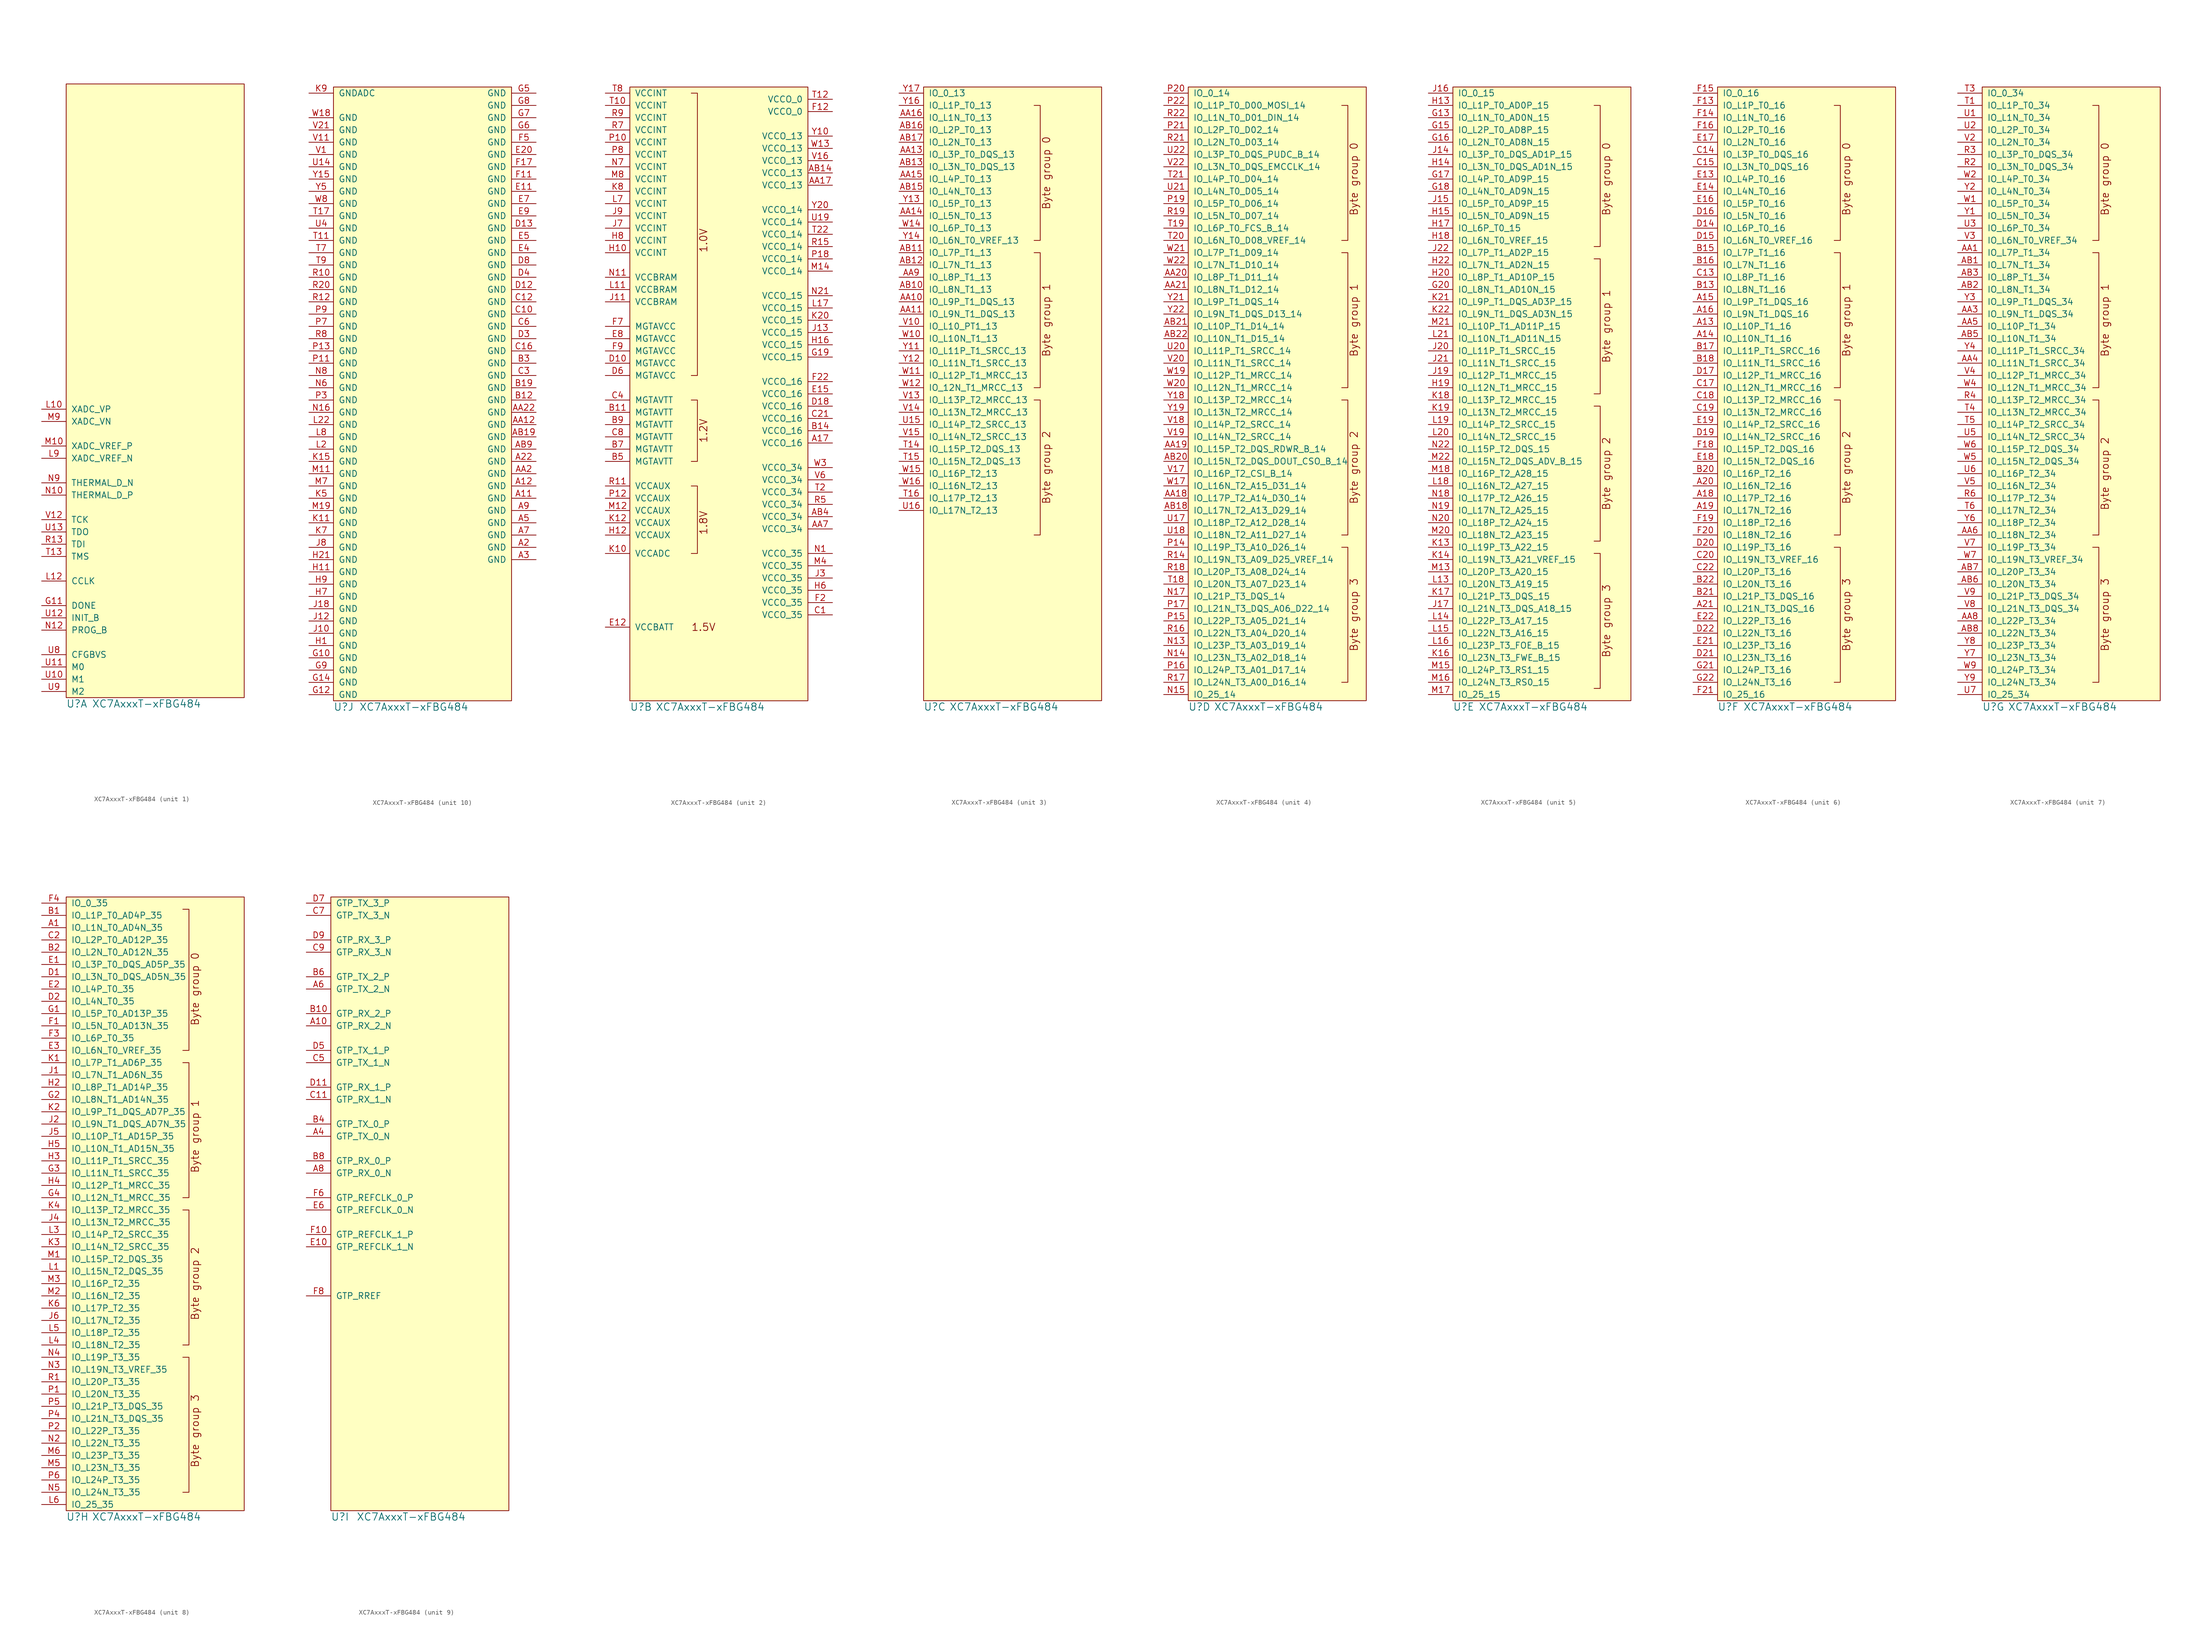
<source format=kicad_sym>
(kicad_symbol_lib
  (version 20211014)
  (generator kicad_symbol_editor)
  (symbol "XC7AxxxT-xFBG484"
    (pin_names
      (offset 1.016))
    (property "Reference" "U"
      (at 0 -2.54 0)
      (effects (font (size 1.524 1.524)) (justify left)))
    (property "Value" "XC7AxxxT-xFBG484"
      (at 27.94 -2.54 0)
      (effects (font (size 1.524 1.524)) (justify right)))
    (property "Footprint" ""
      (at 0 -7.62 0)
      (effects (font (size 1.524 1.524))))
    (property "Datasheet" ""
      (at 0 -7.62 0)
      (effects (font (size 1.524 1.524))))
    (property "ki_locked" ""
      (at 0 0 0)
      (effects (font (size 1.27 1.27))))
    (symbol "XC7AxxxT-xFBG484_0_1"
      (rectangle (start 0 125.73) (end 36.83 -1.27) (stroke (width 0) (type default) (color 0 0 0 0)) (fill (type background))))
    (symbol "XC7AxxxT-xFBG484_1_1"
      (pin output line (at -5.08 17.78 0) (length 5.08) (name "DONE" (effects (font (size 1.27 1.27)))) (number "G11" (effects (font (size 1.27 1.27)))))
      (pin power_in line (at -5.08 58.42 0) (length 5.08) (name "XADC_VP" (effects (font (size 1.27 1.27)))) (number "L10" (effects (font (size 1.27 1.27)))))
      (pin bidirectional line (at -5.08 22.86 0) (length 5.08) (name "CCLK" (effects (font (size 1.27 1.27)))) (number "L12" (effects (font (size 1.27 1.27)))))
      (pin power_in line (at -5.08 48.26 0) (length 5.08) (name "XADC_VREF_N" (effects (font (size 1.27 1.27)))) (number "L9" (effects (font (size 1.27 1.27)))))
      (pin power_in line (at -5.08 50.8 0) (length 5.08) (name "XADC_VREF_P" (effects (font (size 1.27 1.27)))) (number "M10" (effects (font (size 1.27 1.27)))))
      (pin power_in line (at -5.08 55.88 0) (length 5.08) (name "XADC_VN" (effects (font (size 1.27 1.27)))) (number "M9" (effects (font (size 1.27 1.27)))))
      (pin passive line (at -5.08 40.64 0) (length 5.08) (name "THERMAL_D_P" (effects (font (size 1.27 1.27)))) (number "N10" (effects (font (size 1.27 1.27)))))
      (pin input line (at -5.08 12.7 0) (length 5.08) (name "PROG_B" (effects (font (size 1.27 1.27)))) (number "N12" (effects (font (size 1.27 1.27)))))
      (pin passive line (at -5.08 43.18 0) (length 5.08) (name "THERMAL_D_N" (effects (font (size 1.27 1.27)))) (number "N9" (effects (font (size 1.27 1.27)))))
      (pin input line (at -5.08 30.48 0) (length 5.08) (name "TDI" (effects (font (size 1.27 1.27)))) (number "R13" (effects (font (size 1.27 1.27)))))
      (pin input line (at -5.08 27.94 0) (length 5.08) (name "TMS" (effects (font (size 1.27 1.27)))) (number "T13" (effects (font (size 1.27 1.27)))))
      (pin input line (at -5.08 2.54 0) (length 5.08) (name "M1" (effects (font (size 1.27 1.27)))) (number "U10" (effects (font (size 1.27 1.27)))))
      (pin input line (at -5.08 5.08 0) (length 5.08) (name "M0" (effects (font (size 1.27 1.27)))) (number "U11" (effects (font (size 1.27 1.27)))))
      (pin bidirectional line (at -5.08 15.24 0) (length 5.08) (name "INIT_B" (effects (font (size 1.27 1.27)))) (number "U12" (effects (font (size 1.27 1.27)))))
      (pin output line (at -5.08 33.02 0) (length 5.08) (name "TDO" (effects (font (size 1.27 1.27)))) (number "U13" (effects (font (size 1.27 1.27)))))
      (pin input line (at -5.08 7.62 0) (length 5.08) (name "CFGBVS" (effects (font (size 1.27 1.27)))) (number "U8" (effects (font (size 1.27 1.27)))))
      (pin input line (at -5.08 0 0) (length 5.08) (name "M2" (effects (font (size 1.27 1.27)))) (number "U9" (effects (font (size 1.27 1.27)))))
      (pin input line (at -5.08 35.56 0) (length 5.08) (name "TCK" (effects (font (size 1.27 1.27)))) (number "V12" (effects (font (size 1.27 1.27))))))
    (symbol "XC7AxxxT-xFBG484_2_0"
      (polyline (pts (xy 12.7 43.18) (xy 13.97 43.18) (xy 13.97 29.21) (xy 12.7 29.21)) (stroke (width 0) (type default) (color 0 0 0 0)) (fill (type none)))
      (polyline (pts (xy 12.7 60.96) (xy 13.97 60.96) (xy 13.97 48.26) (xy 12.7 48.26)) (stroke (width 0) (type default) (color 0 0 0 0)) (fill (type none)))
      (polyline (pts (xy 12.7 124.46) (xy 13.97 124.46) (xy 13.97 66.04) (xy 12.7 66.04)) (stroke (width 0) (type default) (color 0 0 0 0)) (fill (type none)))
      (text "1.0V" (at 15.24 93.98 900) (effects (font (size 1.524 1.524))))
      (text "1.2V" (at 15.24 54.61 900) (effects (font (size 1.524 1.524))))
      (text "1.5V" (at 15.24 13.97 0) (effects (font (size 1.524 1.524))))
      (text "1.8V" (at 15.24 35.56 900) (effects (font (size 1.524 1.524)))))
    (symbol "XC7AxxxT-xFBG484_2_1"
      (pin power_in line (at 41.91 52.07 180) (length 5.08) (name "VCCO_16" (effects (font (size 1.27 1.27)))) (number "A17" (effects (font (size 1.27 1.27)))))
      (pin power_in line (at 41.91 105.41 180) (length 5.08) (name "VCCO_13" (effects (font (size 1.27 1.27)))) (number "AA17" (effects (font (size 1.27 1.27)))))
      (pin power_in line (at 41.91 34.29 180) (length 5.08) (name "VCCO_34" (effects (font (size 1.27 1.27)))) (number "AA7" (effects (font (size 1.27 1.27)))))
      (pin power_in line (at 41.91 107.95 180) (length 5.08) (name "VCCO_13" (effects (font (size 1.27 1.27)))) (number "AB14" (effects (font (size 1.27 1.27)))))
      (pin power_in line (at 41.91 36.83 180) (length 5.08) (name "VCCO_34" (effects (font (size 1.27 1.27)))) (number "AB4" (effects (font (size 1.27 1.27)))))
      (pin power_in line (at -5.08 58.42 0) (length 5.08) (name "MGTAVTT" (effects (font (size 1.27 1.27)))) (number "B11" (effects (font (size 1.27 1.27)))))
      (pin power_in line (at 41.91 54.61 180) (length 5.08) (name "VCCO_16" (effects (font (size 1.27 1.27)))) (number "B14" (effects (font (size 1.27 1.27)))))
      (pin power_in line (at -5.08 48.26 0) (length 5.08) (name "MGTAVTT" (effects (font (size 1.27 1.27)))) (number "B5" (effects (font (size 1.27 1.27)))))
      (pin power_in line (at -5.08 50.8 0) (length 5.08) (name "MGTAVTT" (effects (font (size 1.27 1.27)))) (number "B7" (effects (font (size 1.27 1.27)))))
      (pin power_in line (at -5.08 55.88 0) (length 5.08) (name "MGTAVTT" (effects (font (size 1.27 1.27)))) (number "B9" (effects (font (size 1.27 1.27)))))
      (pin power_in line (at 41.91 16.51 180) (length 5.08) (name "VCCO_35" (effects (font (size 1.27 1.27)))) (number "C1" (effects (font (size 1.27 1.27)))))
      (pin power_in line (at 41.91 57.15 180) (length 5.08) (name "VCCO_16" (effects (font (size 1.27 1.27)))) (number "C21" (effects (font (size 1.27 1.27)))))
      (pin power_in line (at -5.08 60.96 0) (length 5.08) (name "MGTAVTT" (effects (font (size 1.27 1.27)))) (number "C4" (effects (font (size 1.27 1.27)))))
      (pin power_in line (at -5.08 53.34 0) (length 5.08) (name "MGTAVTT" (effects (font (size 1.27 1.27)))) (number "C8" (effects (font (size 1.27 1.27)))))
      (pin power_in line (at -5.08 68.58 0) (length 5.08) (name "MGTAVCC" (effects (font (size 1.27 1.27)))) (number "D10" (effects (font (size 1.27 1.27)))))
      (pin power_in line (at 41.91 59.69 180) (length 5.08) (name "VCCO_16" (effects (font (size 1.27 1.27)))) (number "D18" (effects (font (size 1.27 1.27)))))
      (pin power_in line (at -5.08 66.04 0) (length 5.08) (name "MGTAVCC" (effects (font (size 1.27 1.27)))) (number "D6" (effects (font (size 1.27 1.27)))))
      (pin power_in line (at -5.08 13.97 0) (length 5.08) (name "VCCBATT" (effects (font (size 1.27 1.27)))) (number "E12" (effects (font (size 1.27 1.27)))))
      (pin power_in line (at 41.91 62.23 180) (length 5.08) (name "VCCO_16" (effects (font (size 1.27 1.27)))) (number "E15" (effects (font (size 1.27 1.27)))))
      (pin power_in line (at -5.08 73.66 0) (length 5.08) (name "MGTAVCC" (effects (font (size 1.27 1.27)))) (number "E8" (effects (font (size 1.27 1.27)))))
      (pin power_in line (at 41.91 120.65 180) (length 5.08) (name "VCCO_0" (effects (font (size 1.27 1.27)))) (number "F12" (effects (font (size 1.27 1.27)))))
      (pin power_in line (at 41.91 19.05 180) (length 5.08) (name "VCCO_35" (effects (font (size 1.27 1.27)))) (number "F2" (effects (font (size 1.27 1.27)))))
      (pin power_in line (at 41.91 64.77 180) (length 5.08) (name "VCCO_16" (effects (font (size 1.27 1.27)))) (number "F22" (effects (font (size 1.27 1.27)))))
      (pin power_in line (at -5.08 76.2 0) (length 5.08) (name "MGTAVCC" (effects (font (size 1.27 1.27)))) (number "F7" (effects (font (size 1.27 1.27)))))
      (pin power_in line (at -5.08 71.12 0) (length 5.08) (name "MGTAVCC" (effects (font (size 1.27 1.27)))) (number "F9" (effects (font (size 1.27 1.27)))))
      (pin power_in line (at 41.91 69.85 180) (length 5.08) (name "VCCO_15" (effects (font (size 1.27 1.27)))) (number "G19" (effects (font (size 1.27 1.27)))))
      (pin power_in line (at -5.08 91.44 0) (length 5.08) (name "VCCINT" (effects (font (size 1.27 1.27)))) (number "H10" (effects (font (size 1.27 1.27)))))
      (pin power_in line (at -5.08 33.02 0) (length 5.08) (name "VCCAUX" (effects (font (size 1.27 1.27)))) (number "H12" (effects (font (size 1.27 1.27)))))
      (pin power_in line (at 41.91 72.39 180) (length 5.08) (name "VCCO_15" (effects (font (size 1.27 1.27)))) (number "H16" (effects (font (size 1.27 1.27)))))
      (pin power_in line (at 41.91 21.59 180) (length 5.08) (name "VCCO_35" (effects (font (size 1.27 1.27)))) (number "H6" (effects (font (size 1.27 1.27)))))
      (pin power_in line (at -5.08 93.98 0) (length 5.08) (name "VCCINT" (effects (font (size 1.27 1.27)))) (number "H8" (effects (font (size 1.27 1.27)))))
      (pin power_in line (at -5.08 81.28 0) (length 5.08) (name "VCCBRAM" (effects (font (size 1.27 1.27)))) (number "J11" (effects (font (size 1.27 1.27)))))
      (pin power_in line (at 41.91 74.93 180) (length 5.08) (name "VCCO_15" (effects (font (size 1.27 1.27)))) (number "J13" (effects (font (size 1.27 1.27)))))
      (pin power_in line (at 41.91 24.13 180) (length 5.08) (name "VCCO_35" (effects (font (size 1.27 1.27)))) (number "J3" (effects (font (size 1.27 1.27)))))
      (pin power_in line (at -5.08 96.52 0) (length 5.08) (name "VCCINT" (effects (font (size 1.27 1.27)))) (number "J7" (effects (font (size 1.27 1.27)))))
      (pin power_in line (at -5.08 99.06 0) (length 5.08) (name "VCCINT" (effects (font (size 1.27 1.27)))) (number "J9" (effects (font (size 1.27 1.27)))))
      (pin power_in line (at -5.08 29.21 0) (length 5.08) (name "VCCADC" (effects (font (size 1.27 1.27)))) (number "K10" (effects (font (size 1.27 1.27)))))
      (pin power_in line (at -5.08 35.56 0) (length 5.08) (name "VCCAUX" (effects (font (size 1.27 1.27)))) (number "K12" (effects (font (size 1.27 1.27)))))
      (pin power_in line (at 41.91 77.47 180) (length 5.08) (name "VCCO_15" (effects (font (size 1.27 1.27)))) (number "K20" (effects (font (size 1.27 1.27)))))
      (pin power_in line (at -5.08 104.14 0) (length 5.08) (name "VCCINT" (effects (font (size 1.27 1.27)))) (number "K8" (effects (font (size 1.27 1.27)))))
      (pin power_in line (at -5.08 83.82 0) (length 5.08) (name "VCCBRAM" (effects (font (size 1.27 1.27)))) (number "L11" (effects (font (size 1.27 1.27)))))
      (pin power_in line (at 41.91 80.01 180) (length 5.08) (name "VCCO_15" (effects (font (size 1.27 1.27)))) (number "L17" (effects (font (size 1.27 1.27)))))
      (pin power_in line (at -5.08 101.6 0) (length 5.08) (name "VCCINT" (effects (font (size 1.27 1.27)))) (number "L7" (effects (font (size 1.27 1.27)))))
      (pin power_in line (at -5.08 38.1 0) (length 5.08) (name "VCCAUX" (effects (font (size 1.27 1.27)))) (number "M12" (effects (font (size 1.27 1.27)))))
      (pin power_in line (at 41.91 87.63 180) (length 5.08) (name "VCCO_14" (effects (font (size 1.27 1.27)))) (number "M14" (effects (font (size 1.27 1.27)))))
      (pin power_in line (at 41.91 26.67 180) (length 5.08) (name "VCCO_35" (effects (font (size 1.27 1.27)))) (number "M4" (effects (font (size 1.27 1.27)))))
      (pin power_in line (at -5.08 106.68 0) (length 5.08) (name "VCCINT" (effects (font (size 1.27 1.27)))) (number "M8" (effects (font (size 1.27 1.27)))))
      (pin power_in line (at 41.91 29.21 180) (length 5.08) (name "VCCO_35" (effects (font (size 1.27 1.27)))) (number "N1" (effects (font (size 1.27 1.27)))))
      (pin power_in line (at -5.08 86.36 0) (length 5.08) (name "VCCBRAM" (effects (font (size 1.27 1.27)))) (number "N11" (effects (font (size 1.27 1.27)))))
      (pin power_in line (at 41.91 82.55 180) (length 5.08) (name "VCCO_15" (effects (font (size 1.27 1.27)))) (number "N21" (effects (font (size 1.27 1.27)))))
      (pin power_in line (at -5.08 109.22 0) (length 5.08) (name "VCCINT" (effects (font (size 1.27 1.27)))) (number "N7" (effects (font (size 1.27 1.27)))))
      (pin power_in line (at -5.08 114.3 0) (length 5.08) (name "VCCINT" (effects (font (size 1.27 1.27)))) (number "P10" (effects (font (size 1.27 1.27)))))
      (pin power_in line (at -5.08 40.64 0) (length 5.08) (name "VCCAUX" (effects (font (size 1.27 1.27)))) (number "P12" (effects (font (size 1.27 1.27)))))
      (pin power_in line (at 41.91 90.17 180) (length 5.08) (name "VCCO_14" (effects (font (size 1.27 1.27)))) (number "P18" (effects (font (size 1.27 1.27)))))
      (pin power_in line (at -5.08 111.76 0) (length 5.08) (name "VCCINT" (effects (font (size 1.27 1.27)))) (number "P8" (effects (font (size 1.27 1.27)))))
      (pin power_in line (at -5.08 43.18 0) (length 5.08) (name "VCCAUX" (effects (font (size 1.27 1.27)))) (number "R11" (effects (font (size 1.27 1.27)))))
      (pin power_in line (at 41.91 92.71 180) (length 5.08) (name "VCCO_14" (effects (font (size 1.27 1.27)))) (number "R15" (effects (font (size 1.27 1.27)))))
      (pin power_in line (at 41.91 39.37 180) (length 5.08) (name "VCCO_34" (effects (font (size 1.27 1.27)))) (number "R5" (effects (font (size 1.27 1.27)))))
      (pin power_in line (at -5.08 116.84 0) (length 5.08) (name "VCCINT" (effects (font (size 1.27 1.27)))) (number "R7" (effects (font (size 1.27 1.27)))))
      (pin power_in line (at -5.08 119.38 0) (length 5.08) (name "VCCINT" (effects (font (size 1.27 1.27)))) (number "R9" (effects (font (size 1.27 1.27)))))
      (pin power_in line (at -5.08 121.92 0) (length 5.08) (name "VCCINT" (effects (font (size 1.27 1.27)))) (number "T10" (effects (font (size 1.27 1.27)))))
      (pin power_in line (at 41.91 123.19 180) (length 5.08) (name "VCCO_0" (effects (font (size 1.27 1.27)))) (number "T12" (effects (font (size 1.27 1.27)))))
      (pin power_in line (at 41.91 41.91 180) (length 5.08) (name "VCCO_34" (effects (font (size 1.27 1.27)))) (number "T2" (effects (font (size 1.27 1.27)))))
      (pin power_in line (at 41.91 95.25 180) (length 5.08) (name "VCCO_14" (effects (font (size 1.27 1.27)))) (number "T22" (effects (font (size 1.27 1.27)))))
      (pin power_in line (at -5.08 124.46 0) (length 5.08) (name "VCCINT" (effects (font (size 1.27 1.27)))) (number "T8" (effects (font (size 1.27 1.27)))))
      (pin power_in line (at 41.91 97.79 180) (length 5.08) (name "VCCO_14" (effects (font (size 1.27 1.27)))) (number "U19" (effects (font (size 1.27 1.27)))))
      (pin power_in line (at 41.91 110.49 180) (length 5.08) (name "VCCO_13" (effects (font (size 1.27 1.27)))) (number "V16" (effects (font (size 1.27 1.27)))))
      (pin power_in line (at 41.91 44.45 180) (length 5.08) (name "VCCO_34" (effects (font (size 1.27 1.27)))) (number "V6" (effects (font (size 1.27 1.27)))))
      (pin power_in line (at 41.91 113.03 180) (length 5.08) (name "VCCO_13" (effects (font (size 1.27 1.27)))) (number "W13" (effects (font (size 1.27 1.27)))))
      (pin power_in line (at 41.91 46.99 180) (length 5.08) (name "VCCO_34" (effects (font (size 1.27 1.27)))) (number "W3" (effects (font (size 1.27 1.27)))))
      (pin power_in line (at 41.91 115.57 180) (length 5.08) (name "VCCO_13" (effects (font (size 1.27 1.27)))) (number "Y10" (effects (font (size 1.27 1.27)))))
      (pin power_in line (at 41.91 100.33 180) (length 5.08) (name "VCCO_14" (effects (font (size 1.27 1.27)))) (number "Y20" (effects (font (size 1.27 1.27))))))
    (symbol "XC7AxxxT-xFBG484_3_0"
      (text "Byte group 0" (at 25.4 107.95 900) (effects (font (size 1.524 1.524))))
      (text "Byte group 1" (at 25.4 77.47 900) (effects (font (size 1.524 1.524))))
      (text "Byte group 2" (at 25.4 46.99 900) (effects (font (size 1.524 1.524)))))
    (symbol "XC7AxxxT-xFBG484_3_1"
      (polyline (pts (xy 22.86 60.96) (xy 24.13 60.96) (xy 24.13 33.02) (xy 22.86 33.02)) (stroke (width 0) (type default) (color 0 0 0 0)) (fill (type none)))
      (polyline (pts (xy 22.86 91.44) (xy 24.13 91.44) (xy 24.13 63.5) (xy 22.86 63.5)) (stroke (width 0) (type default) (color 0 0 0 0)) (fill (type none)))
      (polyline (pts (xy 22.86 121.92) (xy 24.13 121.92) (xy 24.13 93.98) (xy 22.86 93.98)) (stroke (width 0) (type default) (color 0 0 0 0)) (fill (type none)))
      (pin bidirectional line (at -5.08 81.28 0) (length 5.08) (name "IO_L9P_T1_DQS_13" (effects (font (size 1.27 1.27)))) (number "AA10" (effects (font (size 1.27 1.27)))))
      (pin bidirectional line (at -5.08 78.74 0) (length 5.08) (name "IO_L9N_T1_DQS_13" (effects (font (size 1.27 1.27)))) (number "AA11" (effects (font (size 1.27 1.27)))))
      (pin bidirectional line (at -5.08 111.76 0) (length 5.08) (name "IO_L3P_T0_DQS_13" (effects (font (size 1.27 1.27)))) (number "AA13" (effects (font (size 1.27 1.27)))))
      (pin bidirectional line (at -5.08 99.06 0) (length 5.08) (name "IO_L5N_T0_13" (effects (font (size 1.27 1.27)))) (number "AA14" (effects (font (size 1.27 1.27)))))
      (pin bidirectional line (at -5.08 106.68 0) (length 5.08) (name "IO_L4P_T0_13" (effects (font (size 1.27 1.27)))) (number "AA15" (effects (font (size 1.27 1.27)))))
      (pin bidirectional line (at -5.08 119.38 0) (length 5.08) (name "IO_L1N_T0_13" (effects (font (size 1.27 1.27)))) (number "AA16" (effects (font (size 1.27 1.27)))))
      (pin bidirectional line (at -5.08 86.36 0) (length 5.08) (name "IO_L8P_T1_13" (effects (font (size 1.27 1.27)))) (number "AA9" (effects (font (size 1.27 1.27)))))
      (pin bidirectional line (at -5.08 83.82 0) (length 5.08) (name "IO_L8N_T1_13" (effects (font (size 1.27 1.27)))) (number "AB10" (effects (font (size 1.27 1.27)))))
      (pin bidirectional line (at -5.08 91.44 0) (length 5.08) (name "IO_L7P_T1_13" (effects (font (size 1.27 1.27)))) (number "AB11" (effects (font (size 1.27 1.27)))))
      (pin bidirectional line (at -5.08 88.9 0) (length 5.08) (name "IO_L7N_T1_13" (effects (font (size 1.27 1.27)))) (number "AB12" (effects (font (size 1.27 1.27)))))
      (pin bidirectional line (at -5.08 109.22 0) (length 5.08) (name "IO_L3N_T0_DQS_13" (effects (font (size 1.27 1.27)))) (number "AB13" (effects (font (size 1.27 1.27)))))
      (pin bidirectional line (at -5.08 104.14 0) (length 5.08) (name "IO_L4N_T0_13" (effects (font (size 1.27 1.27)))) (number "AB15" (effects (font (size 1.27 1.27)))))
      (pin bidirectional line (at -5.08 116.84 0) (length 5.08) (name "IO_L2P_T0_13" (effects (font (size 1.27 1.27)))) (number "AB16" (effects (font (size 1.27 1.27)))))
      (pin bidirectional line (at -5.08 114.3 0) (length 5.08) (name "IO_L2N_T0_13" (effects (font (size 1.27 1.27)))) (number "AB17" (effects (font (size 1.27 1.27)))))
      (pin bidirectional line (at -5.08 50.8 0) (length 5.08) (name "IO_L15P_T2_DQS_13" (effects (font (size 1.27 1.27)))) (number "T14" (effects (font (size 1.27 1.27)))))
      (pin bidirectional line (at -5.08 48.26 0) (length 5.08) (name "IO_L15N_T2_DQS_13" (effects (font (size 1.27 1.27)))) (number "T15" (effects (font (size 1.27 1.27)))))
      (pin bidirectional line (at -5.08 40.64 0) (length 5.08) (name "IO_L17P_T2_13" (effects (font (size 1.27 1.27)))) (number "T16" (effects (font (size 1.27 1.27)))))
      (pin bidirectional line (at -5.08 55.88 0) (length 5.08) (name "IO_L14P_T2_SRCC_13" (effects (font (size 1.27 1.27)))) (number "U15" (effects (font (size 1.27 1.27)))))
      (pin bidirectional line (at -5.08 38.1 0) (length 5.08) (name "IO_L17N_T2_13" (effects (font (size 1.27 1.27)))) (number "U16" (effects (font (size 1.27 1.27)))))
      (pin bidirectional line (at -5.08 76.2 0) (length 5.08) (name "IO_L10_PT1_13" (effects (font (size 1.27 1.27)))) (number "V10" (effects (font (size 1.27 1.27)))))
      (pin bidirectional line (at -5.08 60.96 0) (length 5.08) (name "IO_L13P_T2_MRCC_13" (effects (font (size 1.27 1.27)))) (number "V13" (effects (font (size 1.27 1.27)))))
      (pin bidirectional line (at -5.08 58.42 0) (length 5.08) (name "IO_L13N_T2_MRCC_13" (effects (font (size 1.27 1.27)))) (number "V14" (effects (font (size 1.27 1.27)))))
      (pin bidirectional line (at -5.08 53.34 0) (length 5.08) (name "IO_L14N_T2_SRCC_13" (effects (font (size 1.27 1.27)))) (number "V15" (effects (font (size 1.27 1.27)))))
      (pin bidirectional line (at -5.08 73.66 0) (length 5.08) (name "IO_L10N_T1_13" (effects (font (size 1.27 1.27)))) (number "W10" (effects (font (size 1.27 1.27)))))
      (pin bidirectional line (at -5.08 66.04 0) (length 5.08) (name "IO_L12P_T1_MRCC_13" (effects (font (size 1.27 1.27)))) (number "W11" (effects (font (size 1.27 1.27)))))
      (pin bidirectional line (at -5.08 63.5 0) (length 5.08) (name "IO_12N_T1_MRCC_13" (effects (font (size 1.27 1.27)))) (number "W12" (effects (font (size 1.27 1.27)))))
      (pin bidirectional line (at -5.08 96.52 0) (length 5.08) (name "IO_L6P_T0_13" (effects (font (size 1.27 1.27)))) (number "W14" (effects (font (size 1.27 1.27)))))
      (pin bidirectional line (at -5.08 45.72 0) (length 5.08) (name "IO_L16P_T2_13" (effects (font (size 1.27 1.27)))) (number "W15" (effects (font (size 1.27 1.27)))))
      (pin bidirectional line (at -5.08 43.18 0) (length 5.08) (name "IO_L16N_T2_13" (effects (font (size 1.27 1.27)))) (number "W16" (effects (font (size 1.27 1.27)))))
      (pin bidirectional line (at -5.08 71.12 0) (length 5.08) (name "IO_L11P_T1_SRCC_13" (effects (font (size 1.27 1.27)))) (number "Y11" (effects (font (size 1.27 1.27)))))
      (pin bidirectional line (at -5.08 68.58 0) (length 5.08) (name "IO_L11N_T1_SRCC_13" (effects (font (size 1.27 1.27)))) (number "Y12" (effects (font (size 1.27 1.27)))))
      (pin bidirectional line (at -5.08 101.6 0) (length 5.08) (name "IO_L5P_T0_13" (effects (font (size 1.27 1.27)))) (number "Y13" (effects (font (size 1.27 1.27)))))
      (pin bidirectional line (at -5.08 93.98 0) (length 5.08) (name "IO_L6N_T0_VREF_13" (effects (font (size 1.27 1.27)))) (number "Y14" (effects (font (size 1.27 1.27)))))
      (pin bidirectional line (at -5.08 121.92 0) (length 5.08) (name "IO_L1P_T0_13" (effects (font (size 1.27 1.27)))) (number "Y16" (effects (font (size 1.27 1.27)))))
      (pin bidirectional line (at -5.08 124.46 0) (length 5.08) (name "IO_0_13" (effects (font (size 1.27 1.27)))) (number "Y17" (effects (font (size 1.27 1.27))))))
    (symbol "XC7AxxxT-xFBG484_4_0"
      (text "Byte group 0" (at 34.29 106.68 900) (effects (font (size 1.524 1.524))))
      (text "Byte group 1" (at 34.29 77.47 900) (effects (font (size 1.524 1.524))))
      (text "Byte group 2" (at 34.29 46.99 900) (effects (font (size 1.524 1.524))))
      (text "Byte group 3" (at 34.29 16.51 900) (effects (font (size 1.524 1.524)))))
    (symbol "XC7AxxxT-xFBG484_4_1"
      (polyline (pts (xy 31.75 30.48) (xy 33.02 30.48) (xy 33.02 2.54) (xy 31.75 2.54)) (stroke (width 0) (type default) (color 0 0 0 0)) (fill (type none)))
      (polyline (pts (xy 31.75 60.96) (xy 33.02 60.96) (xy 33.02 33.02) (xy 31.75 33.02)) (stroke (width 0) (type default) (color 0 0 0 0)) (fill (type none)))
      (polyline (pts (xy 31.75 91.44) (xy 33.02 91.44) (xy 33.02 63.5) (xy 31.75 63.5)) (stroke (width 0) (type default) (color 0 0 0 0)) (fill (type none)))
      (polyline (pts (xy 31.75 121.92) (xy 33.02 121.92) (xy 33.02 93.98) (xy 31.75 93.98)) (stroke (width 0) (type default) (color 0 0 0 0)) (fill (type none)))
      (pin bidirectional line (at -5.08 40.64 0) (length 5.08) (name "IO_L17P_T2_A14_D30_14" (effects (font (size 1.27 1.27)))) (number "AA18" (effects (font (size 1.27 1.27)))))
      (pin bidirectional line (at -5.08 50.8 0) (length 5.08) (name "IO_L15P_T2_DQS_RDWR_B_14" (effects (font (size 1.27 1.27)))) (number "AA19" (effects (font (size 1.27 1.27)))))
      (pin bidirectional line (at -5.08 86.36 0) (length 5.08) (name "IO_L8P_T1_D11_14" (effects (font (size 1.27 1.27)))) (number "AA20" (effects (font (size 1.27 1.27)))))
      (pin bidirectional line (at -5.08 83.82 0) (length 5.08) (name "IO_L8N_T1_D12_14" (effects (font (size 1.27 1.27)))) (number "AA21" (effects (font (size 1.27 1.27)))))
      (pin bidirectional line (at -5.08 38.1 0) (length 5.08) (name "IO_L17N_T2_A13_D29_14" (effects (font (size 1.27 1.27)))) (number "AB18" (effects (font (size 1.27 1.27)))))
      (pin bidirectional line (at -5.08 48.26 0) (length 5.08) (name "IO_L15N_T2_DQS_DOUT_CSO_B_14" (effects (font (size 1.27 1.27)))) (number "AB20" (effects (font (size 1.27 1.27)))))
      (pin bidirectional line (at -5.08 76.2 0) (length 5.08) (name "IO_L10P_T1_D14_14" (effects (font (size 1.27 1.27)))) (number "AB21" (effects (font (size 1.27 1.27)))))
      (pin bidirectional line (at -5.08 73.66 0) (length 5.08) (name "IO_L10N_T1_D15_14" (effects (font (size 1.27 1.27)))) (number "AB22" (effects (font (size 1.27 1.27)))))
      (pin bidirectional line (at -5.08 10.16 0) (length 5.08) (name "IO_L23P_T3_A03_D19_14" (effects (font (size 1.27 1.27)))) (number "N13" (effects (font (size 1.27 1.27)))))
      (pin bidirectional line (at -5.08 7.62 0) (length 5.08) (name "IO_L23N_T3_A02_D18_14" (effects (font (size 1.27 1.27)))) (number "N14" (effects (font (size 1.27 1.27)))))
      (pin bidirectional line (at -5.08 0 0) (length 5.08) (name "IO_25_14" (effects (font (size 1.27 1.27)))) (number "N15" (effects (font (size 1.27 1.27)))))
      (pin bidirectional line (at -5.08 20.32 0) (length 5.08) (name "IO_L21P_T3_DQS_14" (effects (font (size 1.27 1.27)))) (number "N17" (effects (font (size 1.27 1.27)))))
      (pin bidirectional line (at -5.08 30.48 0) (length 5.08) (name "IO_L19P_T3_A10_D26_14" (effects (font (size 1.27 1.27)))) (number "P14" (effects (font (size 1.27 1.27)))))
      (pin bidirectional line (at -5.08 15.24 0) (length 5.08) (name "IO_L22P_T3_A05_D21_14" (effects (font (size 1.27 1.27)))) (number "P15" (effects (font (size 1.27 1.27)))))
      (pin bidirectional line (at -5.08 5.08 0) (length 5.08) (name "IO_L24P_T3_A01_D17_14" (effects (font (size 1.27 1.27)))) (number "P16" (effects (font (size 1.27 1.27)))))
      (pin bidirectional line (at -5.08 17.78 0) (length 5.08) (name "IO_L21N_T3_DQS_A06_D22_14" (effects (font (size 1.27 1.27)))) (number "P17" (effects (font (size 1.27 1.27)))))
      (pin bidirectional line (at -5.08 101.6 0) (length 5.08) (name "IO_L5P_T0_D06_14" (effects (font (size 1.27 1.27)))) (number "P19" (effects (font (size 1.27 1.27)))))
      (pin bidirectional line (at -5.08 124.46 0) (length 5.08) (name "IO_0_14" (effects (font (size 1.27 1.27)))) (number "P20" (effects (font (size 1.27 1.27)))))
      (pin bidirectional line (at -5.08 116.84 0) (length 5.08) (name "IO_L2P_T0_D02_14" (effects (font (size 1.27 1.27)))) (number "P21" (effects (font (size 1.27 1.27)))))
      (pin bidirectional line (at -5.08 121.92 0) (length 5.08) (name "IO_L1P_T0_D00_MOSI_14" (effects (font (size 1.27 1.27)))) (number "P22" (effects (font (size 1.27 1.27)))))
      (pin bidirectional line (at -5.08 27.94 0) (length 5.08) (name "IO_L19N_T3_A09_D25_VREF_14" (effects (font (size 1.27 1.27)))) (number "R14" (effects (font (size 1.27 1.27)))))
      (pin bidirectional line (at -5.08 12.7 0) (length 5.08) (name "IO_L22N_T3_A04_D20_14" (effects (font (size 1.27 1.27)))) (number "R16" (effects (font (size 1.27 1.27)))))
      (pin bidirectional line (at -5.08 2.54 0) (length 5.08) (name "IO_L24N_T3_A00_D16_14" (effects (font (size 1.27 1.27)))) (number "R17" (effects (font (size 1.27 1.27)))))
      (pin bidirectional line (at -5.08 25.4 0) (length 5.08) (name "IO_L20P_T3_A08_D24_14" (effects (font (size 1.27 1.27)))) (number "R18" (effects (font (size 1.27 1.27)))))
      (pin bidirectional line (at -5.08 99.06 0) (length 5.08) (name "IO_L5N_T0_D07_14" (effects (font (size 1.27 1.27)))) (number "R19" (effects (font (size 1.27 1.27)))))
      (pin bidirectional line (at -5.08 114.3 0) (length 5.08) (name "IO_L2N_T0_D03_14" (effects (font (size 1.27 1.27)))) (number "R21" (effects (font (size 1.27 1.27)))))
      (pin bidirectional line (at -5.08 119.38 0) (length 5.08) (name "IO_L1N_T0_D01_DIN_14" (effects (font (size 1.27 1.27)))) (number "R22" (effects (font (size 1.27 1.27)))))
      (pin bidirectional line (at -5.08 22.86 0) (length 5.08) (name "IO_L20N_T3_A07_D23_14" (effects (font (size 1.27 1.27)))) (number "T18" (effects (font (size 1.27 1.27)))))
      (pin bidirectional line (at -5.08 96.52 0) (length 5.08) (name "IO_L6P_T0_FCS_B_14" (effects (font (size 1.27 1.27)))) (number "T19" (effects (font (size 1.27 1.27)))))
      (pin bidirectional line (at -5.08 93.98 0) (length 5.08) (name "IO_L6N_T0_D08_VREF_14" (effects (font (size 1.27 1.27)))) (number "T20" (effects (font (size 1.27 1.27)))))
      (pin bidirectional line (at -5.08 106.68 0) (length 5.08) (name "IO_L4P_T0_D04_14" (effects (font (size 1.27 1.27)))) (number "T21" (effects (font (size 1.27 1.27)))))
      (pin bidirectional line (at -5.08 35.56 0) (length 5.08) (name "IO_L18P_T2_A12_D28_14" (effects (font (size 1.27 1.27)))) (number "U17" (effects (font (size 1.27 1.27)))))
      (pin bidirectional line (at -5.08 33.02 0) (length 5.08) (name "IO_L18N_T2_A11_D27_14" (effects (font (size 1.27 1.27)))) (number "U18" (effects (font (size 1.27 1.27)))))
      (pin bidirectional line (at -5.08 71.12 0) (length 5.08) (name "IO_L11P_T1_SRCC_14" (effects (font (size 1.27 1.27)))) (number "U20" (effects (font (size 1.27 1.27)))))
      (pin bidirectional line (at -5.08 104.14 0) (length 5.08) (name "IO_L4N_T0_D05_14" (effects (font (size 1.27 1.27)))) (number "U21" (effects (font (size 1.27 1.27)))))
      (pin bidirectional line (at -5.08 111.76 0) (length 5.08) (name "IO_L3P_T0_DQS_PUDC_B_14" (effects (font (size 1.27 1.27)))) (number "U22" (effects (font (size 1.27 1.27)))))
      (pin bidirectional line (at -5.08 45.72 0) (length 5.08) (name "IO_L16P_T2_CSI_B_14" (effects (font (size 1.27 1.27)))) (number "V17" (effects (font (size 1.27 1.27)))))
      (pin bidirectional line (at -5.08 55.88 0) (length 5.08) (name "IO_L14P_T2_SRCC_14" (effects (font (size 1.27 1.27)))) (number "V18" (effects (font (size 1.27 1.27)))))
      (pin bidirectional line (at -5.08 53.34 0) (length 5.08) (name "IO_L14N_T2_SRCC_14" (effects (font (size 1.27 1.27)))) (number "V19" (effects (font (size 1.27 1.27)))))
      (pin bidirectional line (at -5.08 68.58 0) (length 5.08) (name "IO_L11N_T1_SRCC_14" (effects (font (size 1.27 1.27)))) (number "V20" (effects (font (size 1.27 1.27)))))
      (pin bidirectional line (at -5.08 109.22 0) (length 5.08) (name "IO_L3N_T0_DQS_EMCCLK_14" (effects (font (size 1.27 1.27)))) (number "V22" (effects (font (size 1.27 1.27)))))
      (pin bidirectional line (at -5.08 43.18 0) (length 5.08) (name "IO_L16N_T2_A15_D31_14" (effects (font (size 1.27 1.27)))) (number "W17" (effects (font (size 1.27 1.27)))))
      (pin bidirectional line (at -5.08 66.04 0) (length 5.08) (name "IO_L12P_T1_MRCC_14" (effects (font (size 1.27 1.27)))) (number "W19" (effects (font (size 1.27 1.27)))))
      (pin bidirectional line (at -5.08 63.5 0) (length 5.08) (name "IO_L12N_T1_MRCC_14" (effects (font (size 1.27 1.27)))) (number "W20" (effects (font (size 1.27 1.27)))))
      (pin bidirectional line (at -5.08 91.44 0) (length 5.08) (name "IO_L7P_T1_D09_14" (effects (font (size 1.27 1.27)))) (number "W21" (effects (font (size 1.27 1.27)))))
      (pin bidirectional line (at -5.08 88.9 0) (length 5.08) (name "IO_L7N_T1_D10_14" (effects (font (size 1.27 1.27)))) (number "W22" (effects (font (size 1.27 1.27)))))
      (pin bidirectional line (at -5.08 60.96 0) (length 5.08) (name "IO_L13P_T2_MRCC_14" (effects (font (size 1.27 1.27)))) (number "Y18" (effects (font (size 1.27 1.27)))))
      (pin bidirectional line (at -5.08 58.42 0) (length 5.08) (name "IO_L13N_T2_MRCC_14" (effects (font (size 1.27 1.27)))) (number "Y19" (effects (font (size 1.27 1.27)))))
      (pin bidirectional line (at -5.08 81.28 0) (length 5.08) (name "IO_L9P_T1_DQS_14" (effects (font (size 1.27 1.27)))) (number "Y21" (effects (font (size 1.27 1.27)))))
      (pin bidirectional line (at -5.08 78.74 0) (length 5.08) (name "IO_L9N_T1_DQS_D13_14" (effects (font (size 1.27 1.27)))) (number "Y22" (effects (font (size 1.27 1.27))))))
    (symbol "XC7AxxxT-xFBG484_5_0"
      (text "Byte group 0" (at 31.75 106.68 900) (effects (font (size 1.524 1.524))))
      (text "Byte group 1" (at 31.75 76.2 900) (effects (font (size 1.524 1.524))))
      (text "Byte group 2" (at 31.75 45.72 900) (effects (font (size 1.524 1.524))))
      (text "Byte group 3" (at 31.75 15.24 900) (effects (font (size 1.524 1.524)))))
    (symbol "XC7AxxxT-xFBG484_5_1"
      (polyline (pts (xy 29.21 29.21) (xy 30.48 29.21) (xy 30.48 1.27) (xy 29.21 1.27)) (stroke (width 0) (type default) (color 0 0 0 0)) (fill (type none)))
      (polyline (pts (xy 29.21 59.69) (xy 30.48 59.69) (xy 30.48 31.75) (xy 29.21 31.75)) (stroke (width 0) (type default) (color 0 0 0 0)) (fill (type none)))
      (polyline (pts (xy 29.21 90.17) (xy 30.48 90.17) (xy 30.48 62.23) (xy 29.21 62.23)) (stroke (width 0) (type default) (color 0 0 0 0)) (fill (type none)))
      (polyline (pts (xy 29.21 121.92) (xy 30.48 121.92) (xy 30.48 92.71) (xy 29.21 92.71)) (stroke (width 0) (type default) (color 0 0 0 0)) (fill (type none)))
      (pin bidirectional line (at -5.08 119.38 0) (length 5.08) (name "IO_L1N_T0_AD0N_15" (effects (font (size 1.27 1.27)))) (number "G13" (effects (font (size 1.27 1.27)))))
      (pin bidirectional line (at -5.08 116.84 0) (length 5.08) (name "IO_L2P_T0_AD8P_15" (effects (font (size 1.27 1.27)))) (number "G15" (effects (font (size 1.27 1.27)))))
      (pin bidirectional line (at -5.08 114.3 0) (length 5.08) (name "IO_L2N_T0_AD8N_15" (effects (font (size 1.27 1.27)))) (number "G16" (effects (font (size 1.27 1.27)))))
      (pin bidirectional line (at -5.08 106.68 0) (length 5.08) (name "IO_L4P_T0_AD9P_15" (effects (font (size 1.27 1.27)))) (number "G17" (effects (font (size 1.27 1.27)))))
      (pin bidirectional line (at -5.08 104.14 0) (length 5.08) (name "IO_L4N_T0_AD9N_15" (effects (font (size 1.27 1.27)))) (number "G18" (effects (font (size 1.27 1.27)))))
      (pin bidirectional line (at -5.08 83.82 0) (length 5.08) (name "IO_L8N_T1_AD10N_15" (effects (font (size 1.27 1.27)))) (number "G20" (effects (font (size 1.27 1.27)))))
      (pin bidirectional line (at -5.08 121.92 0) (length 5.08) (name "IO_L1P_T0_AD0P_15" (effects (font (size 1.27 1.27)))) (number "H13" (effects (font (size 1.27 1.27)))))
      (pin bidirectional line (at -5.08 109.22 0) (length 5.08) (name "IO_L3N_T0_DQS_AD1N_15" (effects (font (size 1.27 1.27)))) (number "H14" (effects (font (size 1.27 1.27)))))
      (pin bidirectional line (at -5.08 99.06 0) (length 5.08) (name "IO_L5N_T0_AD9N_15" (effects (font (size 1.27 1.27)))) (number "H15" (effects (font (size 1.27 1.27)))))
      (pin bidirectional line (at -5.08 96.52 0) (length 5.08) (name "IO_L6P_T0_15" (effects (font (size 1.27 1.27)))) (number "H17" (effects (font (size 1.27 1.27)))))
      (pin bidirectional line (at -5.08 93.98 0) (length 5.08) (name "IO_L6N_T0_VREF_15" (effects (font (size 1.27 1.27)))) (number "H18" (effects (font (size 1.27 1.27)))))
      (pin bidirectional line (at -5.08 63.5 0) (length 5.08) (name "IO_L12N_T1_MRCC_15" (effects (font (size 1.27 1.27)))) (number "H19" (effects (font (size 1.27 1.27)))))
      (pin bidirectional line (at -5.08 86.36 0) (length 5.08) (name "IO_L8P_T1_AD10P_15" (effects (font (size 1.27 1.27)))) (number "H20" (effects (font (size 1.27 1.27)))))
      (pin bidirectional line (at -5.08 88.9 0) (length 5.08) (name "IO_L7N_T1_AD2N_15" (effects (font (size 1.27 1.27)))) (number "H22" (effects (font (size 1.27 1.27)))))
      (pin bidirectional line (at -5.08 111.76 0) (length 5.08) (name "IO_L3P_T0_DQS_AD1P_15" (effects (font (size 1.27 1.27)))) (number "J14" (effects (font (size 1.27 1.27)))))
      (pin bidirectional line (at -5.08 101.6 0) (length 5.08) (name "IO_L5P_T0_AD9P_15" (effects (font (size 1.27 1.27)))) (number "J15" (effects (font (size 1.27 1.27)))))
      (pin bidirectional line (at -5.08 124.46 0) (length 5.08) (name "IO_0_15" (effects (font (size 1.27 1.27)))) (number "J16" (effects (font (size 1.27 1.27)))))
      (pin bidirectional line (at -5.08 17.78 0) (length 5.08) (name "IO_L21N_T3_DQS_A18_15" (effects (font (size 1.27 1.27)))) (number "J17" (effects (font (size 1.27 1.27)))))
      (pin bidirectional line (at -5.08 66.04 0) (length 5.08) (name "IO_L12P_T1_MRCC_15" (effects (font (size 1.27 1.27)))) (number "J19" (effects (font (size 1.27 1.27)))))
      (pin bidirectional line (at -5.08 71.12 0) (length 5.08) (name "IO_L11P_T1_SRCC_15" (effects (font (size 1.27 1.27)))) (number "J20" (effects (font (size 1.27 1.27)))))
      (pin bidirectional line (at -5.08 68.58 0) (length 5.08) (name "IO_L11N_T1_SRCC_15" (effects (font (size 1.27 1.27)))) (number "J21" (effects (font (size 1.27 1.27)))))
      (pin bidirectional line (at -5.08 91.44 0) (length 5.08) (name "IO_L7P_T1_AD2P_15" (effects (font (size 1.27 1.27)))) (number "J22" (effects (font (size 1.27 1.27)))))
      (pin bidirectional line (at -5.08 30.48 0) (length 5.08) (name "IO_L19P_T3_A22_15" (effects (font (size 1.27 1.27)))) (number "K13" (effects (font (size 1.27 1.27)))))
      (pin bidirectional line (at -5.08 27.94 0) (length 5.08) (name "IO_L19N_T3_A21_VREF_15" (effects (font (size 1.27 1.27)))) (number "K14" (effects (font (size 1.27 1.27)))))
      (pin bidirectional line (at -5.08 7.62 0) (length 5.08) (name "IO_L23N_T3_FWE_B_15" (effects (font (size 1.27 1.27)))) (number "K16" (effects (font (size 1.27 1.27)))))
      (pin bidirectional line (at -5.08 20.32 0) (length 5.08) (name "IO_L21P_T3_DQS_15" (effects (font (size 1.27 1.27)))) (number "K17" (effects (font (size 1.27 1.27)))))
      (pin bidirectional line (at -5.08 60.96 0) (length 5.08) (name "IO_L13P_T2_MRCC_15" (effects (font (size 1.27 1.27)))) (number "K18" (effects (font (size 1.27 1.27)))))
      (pin bidirectional line (at -5.08 58.42 0) (length 5.08) (name "IO_L13N_T2_MRCC_15" (effects (font (size 1.27 1.27)))) (number "K19" (effects (font (size 1.27 1.27)))))
      (pin bidirectional line (at -5.08 81.28 0) (length 5.08) (name "IO_L9P_T1_DQS_AD3P_15" (effects (font (size 1.27 1.27)))) (number "K21" (effects (font (size 1.27 1.27)))))
      (pin bidirectional line (at -5.08 78.74 0) (length 5.08) (name "IO_L9N_T1_DQS_AD3N_15" (effects (font (size 1.27 1.27)))) (number "K22" (effects (font (size 1.27 1.27)))))
      (pin bidirectional line (at -5.08 22.86 0) (length 5.08) (name "IO_L20N_T3_A19_15" (effects (font (size 1.27 1.27)))) (number "L13" (effects (font (size 1.27 1.27)))))
      (pin bidirectional line (at -5.08 15.24 0) (length 5.08) (name "IO_L22P_T3_A17_15" (effects (font (size 1.27 1.27)))) (number "L14" (effects (font (size 1.27 1.27)))))
      (pin bidirectional line (at -5.08 12.7 0) (length 5.08) (name "IO_L22N_T3_A16_15" (effects (font (size 1.27 1.27)))) (number "L15" (effects (font (size 1.27 1.27)))))
      (pin bidirectional line (at -5.08 10.16 0) (length 5.08) (name "IO_L23P_T3_FOE_B_15" (effects (font (size 1.27 1.27)))) (number "L16" (effects (font (size 1.27 1.27)))))
      (pin bidirectional line (at -5.08 43.18 0) (length 5.08) (name "IO_L16N_T2_A27_15" (effects (font (size 1.27 1.27)))) (number "L18" (effects (font (size 1.27 1.27)))))
      (pin bidirectional line (at -5.08 55.88 0) (length 5.08) (name "IO_L14P_T2_SRCC_15" (effects (font (size 1.27 1.27)))) (number "L19" (effects (font (size 1.27 1.27)))))
      (pin bidirectional line (at -5.08 53.34 0) (length 5.08) (name "IO_L14N_T2_SRCC_15" (effects (font (size 1.27 1.27)))) (number "L20" (effects (font (size 1.27 1.27)))))
      (pin bidirectional line (at -5.08 73.66 0) (length 5.08) (name "IO_L10N_T1_AD11N_15" (effects (font (size 1.27 1.27)))) (number "L21" (effects (font (size 1.27 1.27)))))
      (pin bidirectional line (at -5.08 25.4 0) (length 5.08) (name "IO_L20P_T3_A20_15" (effects (font (size 1.27 1.27)))) (number "M13" (effects (font (size 1.27 1.27)))))
      (pin bidirectional line (at -5.08 5.08 0) (length 5.08) (name "IO_L24P_T3_RS1_15" (effects (font (size 1.27 1.27)))) (number "M15" (effects (font (size 1.27 1.27)))))
      (pin bidirectional line (at -5.08 2.54 0) (length 5.08) (name "IO_L24N_T3_RS0_15" (effects (font (size 1.27 1.27)))) (number "M16" (effects (font (size 1.27 1.27)))))
      (pin bidirectional line (at -5.08 0 0) (length 5.08) (name "IO_25_15" (effects (font (size 1.27 1.27)))) (number "M17" (effects (font (size 1.27 1.27)))))
      (pin bidirectional line (at -5.08 45.72 0) (length 5.08) (name "IO_L16P_T2_A28_15" (effects (font (size 1.27 1.27)))) (number "M18" (effects (font (size 1.27 1.27)))))
      (pin bidirectional line (at -5.08 33.02 0) (length 5.08) (name "IO_L18N_T2_A23_15" (effects (font (size 1.27 1.27)))) (number "M20" (effects (font (size 1.27 1.27)))))
      (pin bidirectional line (at -5.08 76.2 0) (length 5.08) (name "IO_L10P_T1_AD11P_15" (effects (font (size 1.27 1.27)))) (number "M21" (effects (font (size 1.27 1.27)))))
      (pin bidirectional line (at -5.08 48.26 0) (length 5.08) (name "IO_L15N_T2_DQS_ADV_B_15" (effects (font (size 1.27 1.27)))) (number "M22" (effects (font (size 1.27 1.27)))))
      (pin bidirectional line (at -5.08 40.64 0) (length 5.08) (name "IO_L17P_T2_A26_15" (effects (font (size 1.27 1.27)))) (number "N18" (effects (font (size 1.27 1.27)))))
      (pin bidirectional line (at -5.08 38.1 0) (length 5.08) (name "IO_L17N_T2_A25_15" (effects (font (size 1.27 1.27)))) (number "N19" (effects (font (size 1.27 1.27)))))
      (pin bidirectional line (at -5.08 35.56 0) (length 5.08) (name "IO_L18P_T2_A24_15" (effects (font (size 1.27 1.27)))) (number "N20" (effects (font (size 1.27 1.27)))))
      (pin bidirectional line (at -5.08 50.8 0) (length 5.08) (name "IO_L15P_T2_DQS_15" (effects (font (size 1.27 1.27)))) (number "N22" (effects (font (size 1.27 1.27))))))
    (symbol "XC7AxxxT-xFBG484_6_0"
      (text "Byte group 0" (at 26.67 106.68 900) (effects (font (size 1.524 1.524))))
      (text "Byte group 1" (at 26.67 77.47 900) (effects (font (size 1.524 1.524))))
      (text "Byte group 2" (at 26.67 46.99 900) (effects (font (size 1.524 1.524))))
      (text "Byte group 3" (at 26.67 16.51 900) (effects (font (size 1.524 1.524)))))
    (symbol "XC7AxxxT-xFBG484_6_1"
      (polyline (pts (xy 24.13 30.48) (xy 25.4 30.48) (xy 25.4 2.54) (xy 24.13 2.54)) (stroke (width 0) (type default) (color 0 0 0 0)) (fill (type none)))
      (polyline (pts (xy 24.13 60.96) (xy 25.4 60.96) (xy 25.4 33.02) (xy 24.13 33.02)) (stroke (width 0) (type default) (color 0 0 0 0)) (fill (type none)))
      (polyline (pts (xy 24.13 91.44) (xy 25.4 91.44) (xy 25.4 63.5) (xy 24.13 63.5)) (stroke (width 0) (type default) (color 0 0 0 0)) (fill (type none)))
      (polyline (pts (xy 24.13 93.98) (xy 25.4 93.98) (xy 25.4 121.92) (xy 24.13 121.92)) (stroke (width 0) (type default) (color 0 0 0 0)) (fill (type none)))
      (pin bidirectional line (at -5.08 76.2 0) (length 5.08) (name "IO_L10P_T1_16" (effects (font (size 1.27 1.27)))) (number "A13" (effects (font (size 1.27 1.27)))))
      (pin bidirectional line (at -5.08 73.66 0) (length 5.08) (name "IO_L10N_T1_16" (effects (font (size 1.27 1.27)))) (number "A14" (effects (font (size 1.27 1.27)))))
      (pin bidirectional line (at -5.08 81.28 0) (length 5.08) (name "IO_L9P_T1_DQS_16" (effects (font (size 1.27 1.27)))) (number "A15" (effects (font (size 1.27 1.27)))))
      (pin bidirectional line (at -5.08 78.74 0) (length 5.08) (name "IO_L9N_T1_DQS_16" (effects (font (size 1.27 1.27)))) (number "A16" (effects (font (size 1.27 1.27)))))
      (pin bidirectional line (at -5.08 40.64 0) (length 5.08) (name "IO_L17P_T2_16" (effects (font (size 1.27 1.27)))) (number "A18" (effects (font (size 1.27 1.27)))))
      (pin bidirectional line (at -5.08 38.1 0) (length 5.08) (name "IO_L17N_T2_16" (effects (font (size 1.27 1.27)))) (number "A19" (effects (font (size 1.27 1.27)))))
      (pin bidirectional line (at -5.08 43.18 0) (length 5.08) (name "IO_L16N_T2_16" (effects (font (size 1.27 1.27)))) (number "A20" (effects (font (size 1.27 1.27)))))
      (pin bidirectional line (at -5.08 17.78 0) (length 5.08) (name "IO_L21N_T3_DQS_16" (effects (font (size 1.27 1.27)))) (number "A21" (effects (font (size 1.27 1.27)))))
      (pin bidirectional line (at -5.08 83.82 0) (length 5.08) (name "IO_L8N_T1_16" (effects (font (size 1.27 1.27)))) (number "B13" (effects (font (size 1.27 1.27)))))
      (pin bidirectional line (at -5.08 91.44 0) (length 5.08) (name "IO_L7P_T1_16" (effects (font (size 1.27 1.27)))) (number "B15" (effects (font (size 1.27 1.27)))))
      (pin bidirectional line (at -5.08 88.9 0) (length 5.08) (name "IO_L7N_T1_16" (effects (font (size 1.27 1.27)))) (number "B16" (effects (font (size 1.27 1.27)))))
      (pin bidirectional line (at -5.08 71.12 0) (length 5.08) (name "IO_L11P_T1_SRCC_16" (effects (font (size 1.27 1.27)))) (number "B17" (effects (font (size 1.27 1.27)))))
      (pin bidirectional line (at -5.08 68.58 0) (length 5.08) (name "IO_L11N_T1_SRCC_16" (effects (font (size 1.27 1.27)))) (number "B18" (effects (font (size 1.27 1.27)))))
      (pin bidirectional line (at -5.08 45.72 0) (length 5.08) (name "IO_L16P_T2_16" (effects (font (size 1.27 1.27)))) (number "B20" (effects (font (size 1.27 1.27)))))
      (pin bidirectional line (at -5.08 20.32 0) (length 5.08) (name "IO_L21P_T3_DQS_16" (effects (font (size 1.27 1.27)))) (number "B21" (effects (font (size 1.27 1.27)))))
      (pin bidirectional line (at -5.08 22.86 0) (length 5.08) (name "IO_L20N_T3_16" (effects (font (size 1.27 1.27)))) (number "B22" (effects (font (size 1.27 1.27)))))
      (pin bidirectional line (at -5.08 86.36 0) (length 5.08) (name "IO_L8P_T1_16" (effects (font (size 1.27 1.27)))) (number "C13" (effects (font (size 1.27 1.27)))))
      (pin bidirectional line (at -5.08 111.76 0) (length 5.08) (name "IO_L3P_T0_DQS_16" (effects (font (size 1.27 1.27)))) (number "C14" (effects (font (size 1.27 1.27)))))
      (pin bidirectional line (at -5.08 109.22 0) (length 5.08) (name "IO_L3N_T0_DQS_16" (effects (font (size 1.27 1.27)))) (number "C15" (effects (font (size 1.27 1.27)))))
      (pin bidirectional line (at -5.08 63.5 0) (length 5.08) (name "IO_L12N_T1_MRCC_16" (effects (font (size 1.27 1.27)))) (number "C17" (effects (font (size 1.27 1.27)))))
      (pin bidirectional line (at -5.08 60.96 0) (length 5.08) (name "IO_L13P_T2_MRCC_16" (effects (font (size 1.27 1.27)))) (number "C18" (effects (font (size 1.27 1.27)))))
      (pin bidirectional line (at -5.08 58.42 0) (length 5.08) (name "IO_L13N_T2_MRCC_16" (effects (font (size 1.27 1.27)))) (number "C19" (effects (font (size 1.27 1.27)))))
      (pin bidirectional line (at -5.08 27.94 0) (length 5.08) (name "IO_L19N_T3_VREF_16" (effects (font (size 1.27 1.27)))) (number "C20" (effects (font (size 1.27 1.27)))))
      (pin bidirectional line (at -5.08 25.4 0) (length 5.08) (name "IO_L20P_T3_16" (effects (font (size 1.27 1.27)))) (number "C22" (effects (font (size 1.27 1.27)))))
      (pin bidirectional line (at -5.08 96.52 0) (length 5.08) (name "IO_L6P_T0_16" (effects (font (size 1.27 1.27)))) (number "D14" (effects (font (size 1.27 1.27)))))
      (pin bidirectional line (at -5.08 93.98 0) (length 5.08) (name "IO_L6N_T0_VREF_16" (effects (font (size 1.27 1.27)))) (number "D15" (effects (font (size 1.27 1.27)))))
      (pin bidirectional line (at -5.08 99.06 0) (length 5.08) (name "IO_L5N_T0_16" (effects (font (size 1.27 1.27)))) (number "D16" (effects (font (size 1.27 1.27)))))
      (pin bidirectional line (at -5.08 66.04 0) (length 5.08) (name "IO_L12P_T1_MRCC_16" (effects (font (size 1.27 1.27)))) (number "D17" (effects (font (size 1.27 1.27)))))
      (pin bidirectional line (at -5.08 53.34 0) (length 5.08) (name "IO_L14N_T2_SRCC_16" (effects (font (size 1.27 1.27)))) (number "D19" (effects (font (size 1.27 1.27)))))
      (pin bidirectional line (at -5.08 30.48 0) (length 5.08) (name "IO_L19P_T3_16" (effects (font (size 1.27 1.27)))) (number "D20" (effects (font (size 1.27 1.27)))))
      (pin bidirectional line (at -5.08 7.62 0) (length 5.08) (name "IO_L23N_T3_16" (effects (font (size 1.27 1.27)))) (number "D21" (effects (font (size 1.27 1.27)))))
      (pin bidirectional line (at -5.08 12.7 0) (length 5.08) (name "IO_L22N_T3_16" (effects (font (size 1.27 1.27)))) (number "D22" (effects (font (size 1.27 1.27)))))
      (pin bidirectional line (at -5.08 106.68 0) (length 5.08) (name "IO_L4P_T0_16" (effects (font (size 1.27 1.27)))) (number "E13" (effects (font (size 1.27 1.27)))))
      (pin bidirectional line (at -5.08 104.14 0) (length 5.08) (name "IO_L4N_T0_16" (effects (font (size 1.27 1.27)))) (number "E14" (effects (font (size 1.27 1.27)))))
      (pin bidirectional line (at -5.08 101.6 0) (length 5.08) (name "IO_L5P_T0_16" (effects (font (size 1.27 1.27)))) (number "E16" (effects (font (size 1.27 1.27)))))
      (pin bidirectional line (at -5.08 114.3 0) (length 5.08) (name "IO_L2N_T0_16" (effects (font (size 1.27 1.27)))) (number "E17" (effects (font (size 1.27 1.27)))))
      (pin bidirectional line (at -5.08 48.26 0) (length 5.08) (name "IO_L15N_T2_DQS_16" (effects (font (size 1.27 1.27)))) (number "E18" (effects (font (size 1.27 1.27)))))
      (pin bidirectional line (at -5.08 55.88 0) (length 5.08) (name "IO_L14P_T2_SRCC_16" (effects (font (size 1.27 1.27)))) (number "E19" (effects (font (size 1.27 1.27)))))
      (pin bidirectional line (at -5.08 10.16 0) (length 5.08) (name "IO_L23P_T3_16" (effects (font (size 1.27 1.27)))) (number "E21" (effects (font (size 1.27 1.27)))))
      (pin bidirectional line (at -5.08 15.24 0) (length 5.08) (name "IO_L22P_T3_16" (effects (font (size 1.27 1.27)))) (number "E22" (effects (font (size 1.27 1.27)))))
      (pin bidirectional line (at -5.08 121.92 0) (length 5.08) (name "IO_L1P_T0_16" (effects (font (size 1.27 1.27)))) (number "F13" (effects (font (size 1.27 1.27)))))
      (pin bidirectional line (at -5.08 119.38 0) (length 5.08) (name "IO_L1N_T0_16" (effects (font (size 1.27 1.27)))) (number "F14" (effects (font (size 1.27 1.27)))))
      (pin bidirectional line (at -5.08 124.46 0) (length 5.08) (name "IO_0_16" (effects (font (size 1.27 1.27)))) (number "F15" (effects (font (size 1.27 1.27)))))
      (pin bidirectional line (at -5.08 116.84 0) (length 5.08) (name "IO_L2P_T0_16" (effects (font (size 1.27 1.27)))) (number "F16" (effects (font (size 1.27 1.27)))))
      (pin bidirectional line (at -5.08 50.8 0) (length 5.08) (name "IO_L15P_T2_DQS_16" (effects (font (size 1.27 1.27)))) (number "F18" (effects (font (size 1.27 1.27)))))
      (pin bidirectional line (at -5.08 35.56 0) (length 5.08) (name "IO_L18P_T2_16" (effects (font (size 1.27 1.27)))) (number "F19" (effects (font (size 1.27 1.27)))))
      (pin bidirectional line (at -5.08 33.02 0) (length 5.08) (name "IO_L18N_T2_16" (effects (font (size 1.27 1.27)))) (number "F20" (effects (font (size 1.27 1.27)))))
      (pin bidirectional line (at -5.08 0 0) (length 5.08) (name "IO_25_16" (effects (font (size 1.27 1.27)))) (number "F21" (effects (font (size 1.27 1.27)))))
      (pin bidirectional line (at -5.08 5.08 0) (length 5.08) (name "IO_L24P_T3_16" (effects (font (size 1.27 1.27)))) (number "G21" (effects (font (size 1.27 1.27)))))
      (pin bidirectional line (at -5.08 2.54 0) (length 5.08) (name "IO_L24N_T3_16" (effects (font (size 1.27 1.27)))) (number "G22" (effects (font (size 1.27 1.27))))))
    (symbol "XC7AxxxT-xFBG484_7_0"
      (text "Byte group 0" (at 25.4 106.68 900) (effects (font (size 1.524 1.524))))
      (text "Byte group 1" (at 25.4 77.47 900) (effects (font (size 1.524 1.524))))
      (text "Byte group 2" (at 25.4 45.72 900) (effects (font (size 1.524 1.524))))
      (text "Byte group 3" (at 25.4 16.51 900) (effects (font (size 1.524 1.524)))))
    (symbol "XC7AxxxT-xFBG484_7_1"
      (polyline (pts (xy 22.86 30.48) (xy 24.13 30.48) (xy 24.13 2.54) (xy 22.86 2.54)) (stroke (width 0) (type default) (color 0 0 0 0)) (fill (type none)))
      (polyline (pts (xy 22.86 60.96) (xy 24.13 60.96) (xy 24.13 33.02) (xy 22.86 33.02)) (stroke (width 0) (type default) (color 0 0 0 0)) (fill (type none)))
      (polyline (pts (xy 22.86 91.44) (xy 24.13 91.44) (xy 24.13 63.5) (xy 22.86 63.5)) (stroke (width 0) (type default) (color 0 0 0 0)) (fill (type none)))
      (polyline (pts (xy 22.86 121.92) (xy 24.13 121.92) (xy 24.13 93.98) (xy 22.86 93.98)) (stroke (width 0) (type default) (color 0 0 0 0)) (fill (type none)))
      (pin bidirectional line (at -5.08 91.44 0) (length 5.08) (name "IO_L7P_T1_34" (effects (font (size 1.27 1.27)))) (number "AA1" (effects (font (size 1.27 1.27)))))
      (pin bidirectional line (at -5.08 78.74 0) (length 5.08) (name "IO_L9N_T1_DQS_34" (effects (font (size 1.27 1.27)))) (number "AA3" (effects (font (size 1.27 1.27)))))
      (pin bidirectional line (at -5.08 68.58 0) (length 5.08) (name "IO_L11N_T1_SRCC_34" (effects (font (size 1.27 1.27)))) (number "AA4" (effects (font (size 1.27 1.27)))))
      (pin bidirectional line (at -5.08 76.2 0) (length 5.08) (name "IO_L10P_T1_34" (effects (font (size 1.27 1.27)))) (number "AA5" (effects (font (size 1.27 1.27)))))
      (pin bidirectional line (at -5.08 33.02 0) (length 5.08) (name "IO_L18N_T2_34" (effects (font (size 1.27 1.27)))) (number "AA6" (effects (font (size 1.27 1.27)))))
      (pin bidirectional line (at -5.08 15.24 0) (length 5.08) (name "IO_L22P_T3_34" (effects (font (size 1.27 1.27)))) (number "AA8" (effects (font (size 1.27 1.27)))))
      (pin bidirectional line (at -5.08 88.9 0) (length 5.08) (name "IO_L7N_T1_34" (effects (font (size 1.27 1.27)))) (number "AB1" (effects (font (size 1.27 1.27)))))
      (pin bidirectional line (at -5.08 83.82 0) (length 5.08) (name "IO_L8N_T1_34" (effects (font (size 1.27 1.27)))) (number "AB2" (effects (font (size 1.27 1.27)))))
      (pin bidirectional line (at -5.08 86.36 0) (length 5.08) (name "IO_L8P_T1_34" (effects (font (size 1.27 1.27)))) (number "AB3" (effects (font (size 1.27 1.27)))))
      (pin bidirectional line (at -5.08 73.66 0) (length 5.08) (name "IO_L10N_T1_34" (effects (font (size 1.27 1.27)))) (number "AB5" (effects (font (size 1.27 1.27)))))
      (pin bidirectional line (at -5.08 22.86 0) (length 5.08) (name "IO_L20N_T3_34" (effects (font (size 1.27 1.27)))) (number "AB6" (effects (font (size 1.27 1.27)))))
      (pin bidirectional line (at -5.08 25.4 0) (length 5.08) (name "IO_L20P_T3_34" (effects (font (size 1.27 1.27)))) (number "AB7" (effects (font (size 1.27 1.27)))))
      (pin bidirectional line (at -5.08 12.7 0) (length 5.08) (name "IO_L22N_T3_34" (effects (font (size 1.27 1.27)))) (number "AB8" (effects (font (size 1.27 1.27)))))
      (pin bidirectional line (at -5.08 109.22 0) (length 5.08) (name "IO_L3N_T0_DQS_34" (effects (font (size 1.27 1.27)))) (number "R2" (effects (font (size 1.27 1.27)))))
      (pin bidirectional line (at -5.08 111.76 0) (length 5.08) (name "IO_L3P_T0_DQS_34" (effects (font (size 1.27 1.27)))) (number "R3" (effects (font (size 1.27 1.27)))))
      (pin bidirectional line (at -5.08 60.96 0) (length 5.08) (name "IO_L13P_T2_MRCC_34" (effects (font (size 1.27 1.27)))) (number "R4" (effects (font (size 1.27 1.27)))))
      (pin bidirectional line (at -5.08 40.64 0) (length 5.08) (name "IO_L17P_T2_34" (effects (font (size 1.27 1.27)))) (number "R6" (effects (font (size 1.27 1.27)))))
      (pin bidirectional line (at -5.08 121.92 0) (length 5.08) (name "IO_L1P_T0_34" (effects (font (size 1.27 1.27)))) (number "T1" (effects (font (size 1.27 1.27)))))
      (pin bidirectional line (at -5.08 124.46 0) (length 5.08) (name "IO_0_34" (effects (font (size 1.27 1.27)))) (number "T3" (effects (font (size 1.27 1.27)))))
      (pin bidirectional line (at -5.08 58.42 0) (length 5.08) (name "IO_L13N_T2_MRCC_34" (effects (font (size 1.27 1.27)))) (number "T4" (effects (font (size 1.27 1.27)))))
      (pin bidirectional line (at -5.08 55.88 0) (length 5.08) (name "IO_L14P_T2_SRCC_34" (effects (font (size 1.27 1.27)))) (number "T5" (effects (font (size 1.27 1.27)))))
      (pin bidirectional line (at -5.08 38.1 0) (length 5.08) (name "IO_L17N_T2_34" (effects (font (size 1.27 1.27)))) (number "T6" (effects (font (size 1.27 1.27)))))
      (pin bidirectional line (at -5.08 119.38 0) (length 5.08) (name "IO_L1N_T0_34" (effects (font (size 1.27 1.27)))) (number "U1" (effects (font (size 1.27 1.27)))))
      (pin bidirectional line (at -5.08 116.84 0) (length 5.08) (name "IO_L2P_T0_34" (effects (font (size 1.27 1.27)))) (number "U2" (effects (font (size 1.27 1.27)))))
      (pin bidirectional line (at -5.08 96.52 0) (length 5.08) (name "IO_L6P_T0_34" (effects (font (size 1.27 1.27)))) (number "U3" (effects (font (size 1.27 1.27)))))
      (pin bidirectional line (at -5.08 53.34 0) (length 5.08) (name "IO_L14N_T2_SRCC_34" (effects (font (size 1.27 1.27)))) (number "U5" (effects (font (size 1.27 1.27)))))
      (pin bidirectional line (at -5.08 45.72 0) (length 5.08) (name "IO_L16P_T2_34" (effects (font (size 1.27 1.27)))) (number "U6" (effects (font (size 1.27 1.27)))))
      (pin bidirectional line (at -5.08 0 0) (length 5.08) (name "IO_25_34" (effects (font (size 1.27 1.27)))) (number "U7" (effects (font (size 1.27 1.27)))))
      (pin bidirectional line (at -5.08 114.3 0) (length 5.08) (name "IO_L2N_T0_34" (effects (font (size 1.27 1.27)))) (number "V2" (effects (font (size 1.27 1.27)))))
      (pin bidirectional line (at -5.08 93.98 0) (length 5.08) (name "IO_L6N_T0_VREF_34" (effects (font (size 1.27 1.27)))) (number "V3" (effects (font (size 1.27 1.27)))))
      (pin bidirectional line (at -5.08 66.04 0) (length 5.08) (name "IO_L12P_T1_MRCC_34" (effects (font (size 1.27 1.27)))) (number "V4" (effects (font (size 1.27 1.27)))))
      (pin bidirectional line (at -5.08 43.18 0) (length 5.08) (name "IO_L16N_T2_34" (effects (font (size 1.27 1.27)))) (number "V5" (effects (font (size 1.27 1.27)))))
      (pin bidirectional line (at -5.08 30.48 0) (length 5.08) (name "IO_L19P_T3_34" (effects (font (size 1.27 1.27)))) (number "V7" (effects (font (size 1.27 1.27)))))
      (pin bidirectional line (at -5.08 17.78 0) (length 5.08) (name "IO_L21N_T3_DQS_34" (effects (font (size 1.27 1.27)))) (number "V8" (effects (font (size 1.27 1.27)))))
      (pin bidirectional line (at -5.08 20.32 0) (length 5.08) (name "IO_L21P_T3_DQS_34" (effects (font (size 1.27 1.27)))) (number "V9" (effects (font (size 1.27 1.27)))))
      (pin bidirectional line (at -5.08 101.6 0) (length 5.08) (name "IO_L5P_T0_34" (effects (font (size 1.27 1.27)))) (number "W1" (effects (font (size 1.27 1.27)))))
      (pin bidirectional line (at -5.08 106.68 0) (length 5.08) (name "IO_L4P_T0_34" (effects (font (size 1.27 1.27)))) (number "W2" (effects (font (size 1.27 1.27)))))
      (pin bidirectional line (at -5.08 63.5 0) (length 5.08) (name "IO_L12N_T1_MRCC_34" (effects (font (size 1.27 1.27)))) (number "W4" (effects (font (size 1.27 1.27)))))
      (pin bidirectional line (at -5.08 48.26 0) (length 5.08) (name "IO_L15N_T2_DQS_34" (effects (font (size 1.27 1.27)))) (number "W5" (effects (font (size 1.27 1.27)))))
      (pin bidirectional line (at -5.08 50.8 0) (length 5.08) (name "IO_L15P_T2_DQS_34" (effects (font (size 1.27 1.27)))) (number "W6" (effects (font (size 1.27 1.27)))))
      (pin bidirectional line (at -5.08 27.94 0) (length 5.08) (name "IO_L19N_T3_VREF_34" (effects (font (size 1.27 1.27)))) (number "W7" (effects (font (size 1.27 1.27)))))
      (pin bidirectional line (at -5.08 5.08 0) (length 5.08) (name "IO_L24P_T3_34" (effects (font (size 1.27 1.27)))) (number "W9" (effects (font (size 1.27 1.27)))))
      (pin bidirectional line (at -5.08 99.06 0) (length 5.08) (name "IO_L5N_T0_34" (effects (font (size 1.27 1.27)))) (number "Y1" (effects (font (size 1.27 1.27)))))
      (pin bidirectional line (at -5.08 104.14 0) (length 5.08) (name "IO_L4N_T0_34" (effects (font (size 1.27 1.27)))) (number "Y2" (effects (font (size 1.27 1.27)))))
      (pin bidirectional line (at -5.08 81.28 0) (length 5.08) (name "IO_L9P_T1_DQS_34" (effects (font (size 1.27 1.27)))) (number "Y3" (effects (font (size 1.27 1.27)))))
      (pin bidirectional line (at -5.08 71.12 0) (length 5.08) (name "IO_L11P_T1_SRCC_34" (effects (font (size 1.27 1.27)))) (number "Y4" (effects (font (size 1.27 1.27)))))
      (pin bidirectional line (at -5.08 35.56 0) (length 5.08) (name "IO_L18P_T2_34" (effects (font (size 1.27 1.27)))) (number "Y6" (effects (font (size 1.27 1.27)))))
      (pin bidirectional line (at -5.08 7.62 0) (length 5.08) (name "IO_L23N_T3_34" (effects (font (size 1.27 1.27)))) (number "Y7" (effects (font (size 1.27 1.27)))))
      (pin bidirectional line (at -5.08 10.16 0) (length 5.08) (name "IO_L23P_T3_34" (effects (font (size 1.27 1.27)))) (number "Y8" (effects (font (size 1.27 1.27)))))
      (pin bidirectional line (at -5.08 2.54 0) (length 5.08) (name "IO_L24N_T3_34" (effects (font (size 1.27 1.27)))) (number "Y9" (effects (font (size 1.27 1.27))))))
    (symbol "XC7AxxxT-xFBG484_8_0"
      (text "Byte group 0" (at 26.67 106.68 900) (effects (font (size 1.524 1.524))))
      (text "Byte group 1" (at 26.67 76.2 900) (effects (font (size 1.524 1.524))))
      (text "Byte group 2" (at 26.67 45.72 900) (effects (font (size 1.524 1.524))))
      (text "Byte group 3" (at 26.67 15.24 900) (effects (font (size 1.524 1.524)))))
    (symbol "XC7AxxxT-xFBG484_8_1"
      (polyline (pts (xy 24.13 30.48) (xy 25.4 30.48) (xy 25.4 2.54) (xy 24.13 2.54)) (stroke (width 0) (type default) (color 0 0 0 0)) (fill (type none)))
      (polyline (pts (xy 24.13 60.96) (xy 25.4 60.96) (xy 25.4 33.02) (xy 24.13 33.02)) (stroke (width 0) (type default) (color 0 0 0 0)) (fill (type none)))
      (polyline (pts (xy 24.13 91.44) (xy 25.4 91.44) (xy 25.4 63.5) (xy 24.13 63.5)) (stroke (width 0) (type default) (color 0 0 0 0)) (fill (type none)))
      (polyline (pts (xy 24.13 123.19) (xy 25.4 123.19) (xy 25.4 93.98) (xy 24.13 93.98)) (stroke (width 0) (type default) (color 0 0 0 0)) (fill (type none)))
      (pin bidirectional line (at -5.08 119.38 0) (length 5.08) (name "IO_L1N_T0_AD4N_35" (effects (font (size 1.27 1.27)))) (number "A1" (effects (font (size 1.27 1.27)))))
      (pin bidirectional line (at -5.08 121.92 0) (length 5.08) (name "IO_L1P_T0_AD4P_35" (effects (font (size 1.27 1.27)))) (number "B1" (effects (font (size 1.27 1.27)))))
      (pin bidirectional line (at -5.08 114.3 0) (length 5.08) (name "IO_L2N_T0_AD12N_35" (effects (font (size 1.27 1.27)))) (number "B2" (effects (font (size 1.27 1.27)))))
      (pin bidirectional line (at -5.08 116.84 0) (length 5.08) (name "IO_L2P_T0_AD12P_35" (effects (font (size 1.27 1.27)))) (number "C2" (effects (font (size 1.27 1.27)))))
      (pin bidirectional line (at -5.08 109.22 0) (length 5.08) (name "IO_L3N_T0_DQS_AD5N_35" (effects (font (size 1.27 1.27)))) (number "D1" (effects (font (size 1.27 1.27)))))
      (pin bidirectional line (at -5.08 104.14 0) (length 5.08) (name "IO_L4N_T0_35" (effects (font (size 1.27 1.27)))) (number "D2" (effects (font (size 1.27 1.27)))))
      (pin bidirectional line (at -5.08 111.76 0) (length 5.08) (name "IO_L3P_T0_DQS_AD5P_35" (effects (font (size 1.27 1.27)))) (number "E1" (effects (font (size 1.27 1.27)))))
      (pin bidirectional line (at -5.08 106.68 0) (length 5.08) (name "IO_L4P_T0_35" (effects (font (size 1.27 1.27)))) (number "E2" (effects (font (size 1.27 1.27)))))
      (pin bidirectional line (at -5.08 93.98 0) (length 5.08) (name "IO_L6N_T0_VREF_35" (effects (font (size 1.27 1.27)))) (number "E3" (effects (font (size 1.27 1.27)))))
      (pin bidirectional line (at -5.08 99.06 0) (length 5.08) (name "IO_L5N_T0_AD13N_35" (effects (font (size 1.27 1.27)))) (number "F1" (effects (font (size 1.27 1.27)))))
      (pin bidirectional line (at -5.08 96.52 0) (length 5.08) (name "IO_L6P_T0_35" (effects (font (size 1.27 1.27)))) (number "F3" (effects (font (size 1.27 1.27)))))
      (pin bidirectional line (at -5.08 124.46 0) (length 5.08) (name "IO_0_35" (effects (font (size 1.27 1.27)))) (number "F4" (effects (font (size 1.27 1.27)))))
      (pin bidirectional line (at -5.08 101.6 0) (length 5.08) (name "IO_L5P_T0_AD13P_35" (effects (font (size 1.27 1.27)))) (number "G1" (effects (font (size 1.27 1.27)))))
      (pin bidirectional line (at -5.08 83.82 0) (length 5.08) (name "IO_L8N_T1_AD14N_35" (effects (font (size 1.27 1.27)))) (number "G2" (effects (font (size 1.27 1.27)))))
      (pin bidirectional line (at -5.08 68.58 0) (length 5.08) (name "IO_L11N_T1_SRCC_35" (effects (font (size 1.27 1.27)))) (number "G3" (effects (font (size 1.27 1.27)))))
      (pin bidirectional line (at -5.08 63.5 0) (length 5.08) (name "IO_L12N_T1_MRCC_35" (effects (font (size 1.27 1.27)))) (number "G4" (effects (font (size 1.27 1.27)))))
      (pin bidirectional line (at -5.08 86.36 0) (length 5.08) (name "IO_L8P_T1_AD14P_35" (effects (font (size 1.27 1.27)))) (number "H2" (effects (font (size 1.27 1.27)))))
      (pin bidirectional line (at -5.08 71.12 0) (length 5.08) (name "IO_L11P_T1_SRCC_35" (effects (font (size 1.27 1.27)))) (number "H3" (effects (font (size 1.27 1.27)))))
      (pin bidirectional line (at -5.08 66.04 0) (length 5.08) (name "IO_L12P_T1_MRCC_35" (effects (font (size 1.27 1.27)))) (number "H4" (effects (font (size 1.27 1.27)))))
      (pin bidirectional line (at -5.08 73.66 0) (length 5.08) (name "IO_L10N_T1_AD15N_35" (effects (font (size 1.27 1.27)))) (number "H5" (effects (font (size 1.27 1.27)))))
      (pin bidirectional line (at -5.08 88.9 0) (length 5.08) (name "IO_L7N_T1_AD6N_35" (effects (font (size 1.27 1.27)))) (number "J1" (effects (font (size 1.27 1.27)))))
      (pin bidirectional line (at -5.08 78.74 0) (length 5.08) (name "IO_L9N_T1_DQS_AD7N_35" (effects (font (size 1.27 1.27)))) (number "J2" (effects (font (size 1.27 1.27)))))
      (pin bidirectional line (at -5.08 58.42 0) (length 5.08) (name "IO_L13N_T2_MRCC_35" (effects (font (size 1.27 1.27)))) (number "J4" (effects (font (size 1.27 1.27)))))
      (pin bidirectional line (at -5.08 76.2 0) (length 5.08) (name "IO_L10P_T1_AD15P_35" (effects (font (size 1.27 1.27)))) (number "J5" (effects (font (size 1.27 1.27)))))
      (pin bidirectional line (at -5.08 38.1 0) (length 5.08) (name "IO_L17N_T2_35" (effects (font (size 1.27 1.27)))) (number "J6" (effects (font (size 1.27 1.27)))))
      (pin bidirectional line (at -5.08 91.44 0) (length 5.08) (name "IO_L7P_T1_AD6P_35" (effects (font (size 1.27 1.27)))) (number "K1" (effects (font (size 1.27 1.27)))))
      (pin bidirectional line (at -5.08 81.28 0) (length 5.08) (name "IO_L9P_T1_DQS_AD7P_35" (effects (font (size 1.27 1.27)))) (number "K2" (effects (font (size 1.27 1.27)))))
      (pin bidirectional line (at -5.08 53.34 0) (length 5.08) (name "IO_L14N_T2_SRCC_35" (effects (font (size 1.27 1.27)))) (number "K3" (effects (font (size 1.27 1.27)))))
      (pin bidirectional line (at -5.08 60.96 0) (length 5.08) (name "IO_L13P_T2_MRCC_35" (effects (font (size 1.27 1.27)))) (number "K4" (effects (font (size 1.27 1.27)))))
      (pin bidirectional line (at -5.08 40.64 0) (length 5.08) (name "IO_L17P_T2_35" (effects (font (size 1.27 1.27)))) (number "K6" (effects (font (size 1.27 1.27)))))
      (pin bidirectional line (at -5.08 48.26 0) (length 5.08) (name "IO_L15N_T2_DQS_35" (effects (font (size 1.27 1.27)))) (number "L1" (effects (font (size 1.27 1.27)))))
      (pin bidirectional line (at -5.08 55.88 0) (length 5.08) (name "IO_L14P_T2_SRCC_35" (effects (font (size 1.27 1.27)))) (number "L3" (effects (font (size 1.27 1.27)))))
      (pin bidirectional line (at -5.08 33.02 0) (length 5.08) (name "IO_L18N_T2_35" (effects (font (size 1.27 1.27)))) (number "L4" (effects (font (size 1.27 1.27)))))
      (pin bidirectional line (at -5.08 35.56 0) (length 5.08) (name "IO_L18P_T2_35" (effects (font (size 1.27 1.27)))) (number "L5" (effects (font (size 1.27 1.27)))))
      (pin bidirectional line (at -5.08 0 0) (length 5.08) (name "IO_25_35" (effects (font (size 1.27 1.27)))) (number "L6" (effects (font (size 1.27 1.27)))))
      (pin bidirectional line (at -5.08 50.8 0) (length 5.08) (name "IO_L15P_T2_DQS_35" (effects (font (size 1.27 1.27)))) (number "M1" (effects (font (size 1.27 1.27)))))
      (pin bidirectional line (at -5.08 43.18 0) (length 5.08) (name "IO_L16N_T2_35" (effects (font (size 1.27 1.27)))) (number "M2" (effects (font (size 1.27 1.27)))))
      (pin bidirectional line (at -5.08 45.72 0) (length 5.08) (name "IO_L16P_T2_35" (effects (font (size 1.27 1.27)))) (number "M3" (effects (font (size 1.27 1.27)))))
      (pin bidirectional line (at -5.08 7.62 0) (length 5.08) (name "IO_L23N_T3_35" (effects (font (size 1.27 1.27)))) (number "M5" (effects (font (size 1.27 1.27)))))
      (pin bidirectional line (at -5.08 10.16 0) (length 5.08) (name "IO_L23P_T3_35" (effects (font (size 1.27 1.27)))) (number "M6" (effects (font (size 1.27 1.27)))))
      (pin bidirectional line (at -5.08 12.7 0) (length 5.08) (name "IO_L22N_T3_35" (effects (font (size 1.27 1.27)))) (number "N2" (effects (font (size 1.27 1.27)))))
      (pin bidirectional line (at -5.08 27.94 0) (length 5.08) (name "IO_L19N_T3_VREF_35" (effects (font (size 1.27 1.27)))) (number "N3" (effects (font (size 1.27 1.27)))))
      (pin bidirectional line (at -5.08 30.48 0) (length 5.08) (name "IO_L19P_T3_35" (effects (font (size 1.27 1.27)))) (number "N4" (effects (font (size 1.27 1.27)))))
      (pin bidirectional line (at -5.08 2.54 0) (length 5.08) (name "IO_L24N_T3_35" (effects (font (size 1.27 1.27)))) (number "N5" (effects (font (size 1.27 1.27)))))
      (pin bidirectional line (at -5.08 22.86 0) (length 5.08) (name "IO_L20N_T3_35" (effects (font (size 1.27 1.27)))) (number "P1" (effects (font (size 1.27 1.27)))))
      (pin bidirectional line (at -5.08 15.24 0) (length 5.08) (name "IO_L22P_T3_35" (effects (font (size 1.27 1.27)))) (number "P2" (effects (font (size 1.27 1.27)))))
      (pin bidirectional line (at -5.08 17.78 0) (length 5.08) (name "IO_L21N_T3_DQS_35" (effects (font (size 1.27 1.27)))) (number "P4" (effects (font (size 1.27 1.27)))))
      (pin bidirectional line (at -5.08 20.32 0) (length 5.08) (name "IO_L21P_T3_DQS_35" (effects (font (size 1.27 1.27)))) (number "P5" (effects (font (size 1.27 1.27)))))
      (pin bidirectional line (at -5.08 5.08 0) (length 5.08) (name "IO_L24P_T3_35" (effects (font (size 1.27 1.27)))) (number "P6" (effects (font (size 1.27 1.27)))))
      (pin bidirectional line (at -5.08 25.4 0) (length 5.08) (name "IO_L20P_T3_35" (effects (font (size 1.27 1.27)))) (number "R1" (effects (font (size 1.27 1.27))))))
    (symbol "XC7AxxxT-xFBG484_9_1"
      (pin input line (at -5.08 99.06 0) (length 5.08) (name "GTP_RX_2_N" (effects (font (size 1.27 1.27)))) (number "A10" (effects (font (size 1.27 1.27)))))
      (pin output line (at -5.08 76.2 0) (length 5.08) (name "GTP_TX_0_N" (effects (font (size 1.27 1.27)))) (number "A4" (effects (font (size 1.27 1.27)))))
      (pin output line (at -5.08 106.68 0) (length 5.08) (name "GTP_TX_2_N" (effects (font (size 1.27 1.27)))) (number "A6" (effects (font (size 1.27 1.27)))))
      (pin input line (at -5.08 68.58 0) (length 5.08) (name "GTP_RX_0_N" (effects (font (size 1.27 1.27)))) (number "A8" (effects (font (size 1.27 1.27)))))
      (pin input line (at -5.08 101.6 0) (length 5.08) (name "GTP_RX_2_P" (effects (font (size 1.27 1.27)))) (number "B10" (effects (font (size 1.27 1.27)))))
      (pin output line (at -5.08 78.74 0) (length 5.08) (name "GTP_TX_0_P" (effects (font (size 1.27 1.27)))) (number "B4" (effects (font (size 1.27 1.27)))))
      (pin output line (at -5.08 109.22 0) (length 5.08) (name "GTP_TX_2_P" (effects (font (size 1.27 1.27)))) (number "B6" (effects (font (size 1.27 1.27)))))
      (pin input line (at -5.08 71.12 0) (length 5.08) (name "GTP_RX_0_P" (effects (font (size 1.27 1.27)))) (number "B8" (effects (font (size 1.27 1.27)))))
      (pin input line (at -5.08 83.82 0) (length 5.08) (name "GTP_RX_1_N" (effects (font (size 1.27 1.27)))) (number "C11" (effects (font (size 1.27 1.27)))))
      (pin output line (at -5.08 91.44 0) (length 5.08) (name "GTP_TX_1_N" (effects (font (size 1.27 1.27)))) (number "C5" (effects (font (size 1.27 1.27)))))
      (pin output line (at -5.08 121.92 0) (length 5.08) (name "GTP_TX_3_N" (effects (font (size 1.27 1.27)))) (number "C7" (effects (font (size 1.27 1.27)))))
      (pin input line (at -5.08 114.3 0) (length 5.08) (name "GTP_RX_3_N" (effects (font (size 1.27 1.27)))) (number "C9" (effects (font (size 1.27 1.27)))))
      (pin input line (at -5.08 86.36 0) (length 5.08) (name "GTP_RX_1_P" (effects (font (size 1.27 1.27)))) (number "D11" (effects (font (size 1.27 1.27)))))
      (pin output line (at -5.08 93.98 0) (length 5.08) (name "GTP_TX_1_P" (effects (font (size 1.27 1.27)))) (number "D5" (effects (font (size 1.27 1.27)))))
      (pin output line (at -5.08 124.46 0) (length 5.08) (name "GTP_TX_3_P" (effects (font (size 1.27 1.27)))) (number "D7" (effects (font (size 1.27 1.27)))))
      (pin input line (at -5.08 116.84 0) (length 5.08) (name "GTP_RX_3_P" (effects (font (size 1.27 1.27)))) (number "D9" (effects (font (size 1.27 1.27)))))
      (pin input line (at -5.08 53.34 0) (length 5.08) (name "GTP_REFCLK_1_N" (effects (font (size 1.27 1.27)))) (number "E10" (effects (font (size 1.27 1.27)))))
      (pin input line (at -5.08 60.96 0) (length 5.08) (name "GTP_REFCLK_0_N" (effects (font (size 1.27 1.27)))) (number "E6" (effects (font (size 1.27 1.27)))))
      (pin input line (at -5.08 55.88 0) (length 5.08) (name "GTP_REFCLK_1_P" (effects (font (size 1.27 1.27)))) (number "F10" (effects (font (size 1.27 1.27)))))
      (pin input line (at -5.08 63.5 0) (length 5.08) (name "GTP_REFCLK_0_P" (effects (font (size 1.27 1.27)))) (number "F6" (effects (font (size 1.27 1.27)))))
      (pin input line (at -5.08 43.18 0) (length 5.08) (name "GTP_RREF" (effects (font (size 1.27 1.27)))) (number "F8" (effects (font (size 1.27 1.27))))))
    (symbol "XC7AxxxT-xFBG484_10_1"
      (pin power_in line (at 41.91 40.64 180) (length 5.08) (name "GND" (effects (font (size 1.27 1.27)))) (number "A11" (effects (font (size 1.27 1.27)))))
      (pin power_in line (at 41.91 43.18 180) (length 5.08) (name "GND" (effects (font (size 1.27 1.27)))) (number "A12" (effects (font (size 1.27 1.27)))))
      (pin power_in line (at 41.91 30.48 180) (length 5.08) (name "GND" (effects (font (size 1.27 1.27)))) (number "A2" (effects (font (size 1.27 1.27)))))
      (pin power_in line (at 41.91 48.26 180) (length 5.08) (name "GND" (effects (font (size 1.27 1.27)))) (number "A22" (effects (font (size 1.27 1.27)))))
      (pin power_in line (at 41.91 27.94 180) (length 5.08) (name "GND" (effects (font (size 1.27 1.27)))) (number "A3" (effects (font (size 1.27 1.27)))))
      (pin power_in line (at 41.91 35.56 180) (length 5.08) (name "GND" (effects (font (size 1.27 1.27)))) (number "A5" (effects (font (size 1.27 1.27)))))
      (pin power_in line (at 41.91 33.02 180) (length 5.08) (name "GND" (effects (font (size 1.27 1.27)))) (number "A7" (effects (font (size 1.27 1.27)))))
      (pin power_in line (at 41.91 38.1 180) (length 5.08) (name "GND" (effects (font (size 1.27 1.27)))) (number "A9" (effects (font (size 1.27 1.27)))))
      (pin power_in line (at 41.91 55.88 180) (length 5.08) (name "GND" (effects (font (size 1.27 1.27)))) (number "AA12" (effects (font (size 1.27 1.27)))))
      (pin power_in line (at 41.91 45.72 180) (length 5.08) (name "GND" (effects (font (size 1.27 1.27)))) (number "AA2" (effects (font (size 1.27 1.27)))))
      (pin power_in line (at 41.91 58.42 180) (length 5.08) (name "GND" (effects (font (size 1.27 1.27)))) (number "AA22" (effects (font (size 1.27 1.27)))))
      (pin power_in line (at 41.91 53.34 180) (length 5.08) (name "GND" (effects (font (size 1.27 1.27)))) (number "AB19" (effects (font (size 1.27 1.27)))))
      (pin power_in line (at 41.91 50.8 180) (length 5.08) (name "GND" (effects (font (size 1.27 1.27)))) (number "AB9" (effects (font (size 1.27 1.27)))))
      (pin power_in line (at 41.91 60.96 180) (length 5.08) (name "GND" (effects (font (size 1.27 1.27)))) (number "B12" (effects (font (size 1.27 1.27)))))
      (pin power_in line (at 41.91 63.5 180) (length 5.08) (name "GND" (effects (font (size 1.27 1.27)))) (number "B19" (effects (font (size 1.27 1.27)))))
      (pin power_in line (at 41.91 68.58 180) (length 5.08) (name "GND" (effects (font (size 1.27 1.27)))) (number "B3" (effects (font (size 1.27 1.27)))))
      (pin power_in line (at 41.91 78.74 180) (length 5.08) (name "GND" (effects (font (size 1.27 1.27)))) (number "C10" (effects (font (size 1.27 1.27)))))
      (pin power_in line (at 41.91 81.28 180) (length 5.08) (name "GND" (effects (font (size 1.27 1.27)))) (number "C12" (effects (font (size 1.27 1.27)))))
      (pin power_in line (at 41.91 71.12 180) (length 5.08) (name "GND" (effects (font (size 1.27 1.27)))) (number "C16" (effects (font (size 1.27 1.27)))))
      (pin power_in line (at 41.91 66.04 180) (length 5.08) (name "GND" (effects (font (size 1.27 1.27)))) (number "C3" (effects (font (size 1.27 1.27)))))
      (pin power_in line (at 41.91 76.2 180) (length 5.08) (name "GND" (effects (font (size 1.27 1.27)))) (number "C6" (effects (font (size 1.27 1.27)))))
      (pin power_in line (at 41.91 83.82 180) (length 5.08) (name "GND" (effects (font (size 1.27 1.27)))) (number "D12" (effects (font (size 1.27 1.27)))))
      (pin power_in line (at 41.91 96.52 180) (length 5.08) (name "GND" (effects (font (size 1.27 1.27)))) (number "D13" (effects (font (size 1.27 1.27)))))
      (pin power_in line (at 41.91 73.66 180) (length 5.08) (name "GND" (effects (font (size 1.27 1.27)))) (number "D3" (effects (font (size 1.27 1.27)))))
      (pin power_in line (at 41.91 86.36 180) (length 5.08) (name "GND" (effects (font (size 1.27 1.27)))) (number "D4" (effects (font (size 1.27 1.27)))))
      (pin power_in line (at 41.91 88.9 180) (length 5.08) (name "GND" (effects (font (size 1.27 1.27)))) (number "D8" (effects (font (size 1.27 1.27)))))
      (pin power_in line (at 41.91 104.14 180) (length 5.08) (name "GND" (effects (font (size 1.27 1.27)))) (number "E11" (effects (font (size 1.27 1.27)))))
      (pin power_in line (at 41.91 111.76 180) (length 5.08) (name "GND" (effects (font (size 1.27 1.27)))) (number "E20" (effects (font (size 1.27 1.27)))))
      (pin power_in line (at 41.91 91.44 180) (length 5.08) (name "GND" (effects (font (size 1.27 1.27)))) (number "E4" (effects (font (size 1.27 1.27)))))
      (pin power_in line (at 41.91 93.98 180) (length 5.08) (name "GND" (effects (font (size 1.27 1.27)))) (number "E5" (effects (font (size 1.27 1.27)))))
      (pin power_in line (at 41.91 101.6 180) (length 5.08) (name "GND" (effects (font (size 1.27 1.27)))) (number "E7" (effects (font (size 1.27 1.27)))))
      (pin power_in line (at 41.91 99.06 180) (length 5.08) (name "GND" (effects (font (size 1.27 1.27)))) (number "E9" (effects (font (size 1.27 1.27)))))
      (pin power_in line (at 41.91 106.68 180) (length 5.08) (name "GND" (effects (font (size 1.27 1.27)))) (number "F11" (effects (font (size 1.27 1.27)))))
      (pin power_in line (at 41.91 109.22 180) (length 5.08) (name "GND" (effects (font (size 1.27 1.27)))) (number "F17" (effects (font (size 1.27 1.27)))))
      (pin power_in line (at 41.91 114.3 180) (length 5.08) (name "GND" (effects (font (size 1.27 1.27)))) (number "F5" (effects (font (size 1.27 1.27)))))
      (pin power_in line (at -5.08 7.62 0) (length 5.08) (name "GND" (effects (font (size 1.27 1.27)))) (number "G10" (effects (font (size 1.27 1.27)))))
      (pin power_in line (at -5.08 0 0) (length 5.08) (name "GND" (effects (font (size 1.27 1.27)))) (number "G12" (effects (font (size 1.27 1.27)))))
      (pin power_in line (at -5.08 2.54 0) (length 5.08) (name "GND" (effects (font (size 1.27 1.27)))) (number "G14" (effects (font (size 1.27 1.27)))))
      (pin power_in line (at 41.91 124.46 180) (length 5.08) (name "GND" (effects (font (size 1.27 1.27)))) (number "G5" (effects (font (size 1.27 1.27)))))
      (pin power_in line (at 41.91 116.84 180) (length 5.08) (name "GND" (effects (font (size 1.27 1.27)))) (number "G6" (effects (font (size 1.27 1.27)))))
      (pin power_in line (at 41.91 119.38 180) (length 5.08) (name "GND" (effects (font (size 1.27 1.27)))) (number "G7" (effects (font (size 1.27 1.27)))))
      (pin power_in line (at 41.91 121.92 180) (length 5.08) (name "GND" (effects (font (size 1.27 1.27)))) (number "G8" (effects (font (size 1.27 1.27)))))
      (pin power_in line (at -5.08 5.08 0) (length 5.08) (name "GND" (effects (font (size 1.27 1.27)))) (number "G9" (effects (font (size 1.27 1.27)))))
      (pin power_in line (at -5.08 10.16 0) (length 5.08) (name "GND" (effects (font (size 1.27 1.27)))) (number "H1" (effects (font (size 1.27 1.27)))))
      (pin power_in line (at -5.08 25.4 0) (length 5.08) (name "GND" (effects (font (size 1.27 1.27)))) (number "H11" (effects (font (size 1.27 1.27)))))
      (pin power_in line (at -5.08 27.94 0) (length 5.08) (name "GND" (effects (font (size 1.27 1.27)))) (number "H21" (effects (font (size 1.27 1.27)))))
      (pin power_in line (at -5.08 20.32 0) (length 5.08) (name "GND" (effects (font (size 1.27 1.27)))) (number "H7" (effects (font (size 1.27 1.27)))))
      (pin power_in line (at -5.08 22.86 0) (length 5.08) (name "GND" (effects (font (size 1.27 1.27)))) (number "H9" (effects (font (size 1.27 1.27)))))
      (pin power_in line (at -5.08 12.7 0) (length 5.08) (name "GND" (effects (font (size 1.27 1.27)))) (number "J10" (effects (font (size 1.27 1.27)))))
      (pin power_in line (at -5.08 15.24 0) (length 5.08) (name "GND" (effects (font (size 1.27 1.27)))) (number "J12" (effects (font (size 1.27 1.27)))))
      (pin power_in line (at -5.08 17.78 0) (length 5.08) (name "GND" (effects (font (size 1.27 1.27)))) (number "J18" (effects (font (size 1.27 1.27)))))
      (pin power_in line (at -5.08 30.48 0) (length 5.08) (name "GND" (effects (font (size 1.27 1.27)))) (number "J8" (effects (font (size 1.27 1.27)))))
      (pin power_in line (at -5.08 35.56 0) (length 5.08) (name "GND" (effects (font (size 1.27 1.27)))) (number "K11" (effects (font (size 1.27 1.27)))))
      (pin power_in line (at -5.08 48.26 0) (length 5.08) (name "GND" (effects (font (size 1.27 1.27)))) (number "K15" (effects (font (size 1.27 1.27)))))
      (pin power_in line (at -5.08 40.64 0) (length 5.08) (name "GND" (effects (font (size 1.27 1.27)))) (number "K5" (effects (font (size 1.27 1.27)))))
      (pin power_in line (at -5.08 33.02 0) (length 5.08) (name "GND" (effects (font (size 1.27 1.27)))) (number "K7" (effects (font (size 1.27 1.27)))))
      (pin power_in line (at -5.08 124.46 0) (length 5.08) (name "GNDADC" (effects (font (size 1.27 1.27)))) (number "K9" (effects (font (size 1.27 1.27)))))
      (pin power_in line (at -5.08 50.8 0) (length 5.08) (name "GND" (effects (font (size 1.27 1.27)))) (number "L2" (effects (font (size 1.27 1.27)))))
      (pin power_in line (at -5.08 55.88 0) (length 5.08) (name "GND" (effects (font (size 1.27 1.27)))) (number "L22" (effects (font (size 1.27 1.27)))))
      (pin power_in line (at -5.08 53.34 0) (length 5.08) (name "GND" (effects (font (size 1.27 1.27)))) (number "L8" (effects (font (size 1.27 1.27)))))
      (pin power_in line (at -5.08 45.72 0) (length 5.08) (name "GND" (effects (font (size 1.27 1.27)))) (number "M11" (effects (font (size 1.27 1.27)))))
      (pin power_in line (at -5.08 38.1 0) (length 5.08) (name "GND" (effects (font (size 1.27 1.27)))) (number "M19" (effects (font (size 1.27 1.27)))))
      (pin power_in line (at -5.08 43.18 0) (length 5.08) (name "GND" (effects (font (size 1.27 1.27)))) (number "M7" (effects (font (size 1.27 1.27)))))
      (pin power_in line (at -5.08 58.42 0) (length 5.08) (name "GND" (effects (font (size 1.27 1.27)))) (number "N16" (effects (font (size 1.27 1.27)))))
      (pin power_in line (at -5.08 63.5 0) (length 5.08) (name "GND" (effects (font (size 1.27 1.27)))) (number "N6" (effects (font (size 1.27 1.27)))))
      (pin power_in line (at -5.08 66.04 0) (length 5.08) (name "GND" (effects (font (size 1.27 1.27)))) (number "N8" (effects (font (size 1.27 1.27)))))
      (pin power_in line (at -5.08 68.58 0) (length 5.08) (name "GND" (effects (font (size 1.27 1.27)))) (number "P11" (effects (font (size 1.27 1.27)))))
      (pin power_in line (at -5.08 71.12 0) (length 5.08) (name "GND" (effects (font (size 1.27 1.27)))) (number "P13" (effects (font (size 1.27 1.27)))))
      (pin power_in line (at -5.08 60.96 0) (length 5.08) (name "GND" (effects (font (size 1.27 1.27)))) (number "P3" (effects (font (size 1.27 1.27)))))
      (pin power_in line (at -5.08 76.2 0) (length 5.08) (name "GND" (effects (font (size 1.27 1.27)))) (number "P7" (effects (font (size 1.27 1.27)))))
      (pin power_in line (at -5.08 78.74 0) (length 5.08) (name "GND" (effects (font (size 1.27 1.27)))) (number "P9" (effects (font (size 1.27 1.27)))))
      (pin power_in line (at -5.08 86.36 0) (length 5.08) (name "GND" (effects (font (size 1.27 1.27)))) (number "R10" (effects (font (size 1.27 1.27)))))
      (pin power_in line (at -5.08 81.28 0) (length 5.08) (name "GND" (effects (font (size 1.27 1.27)))) (number "R12" (effects (font (size 1.27 1.27)))))
      (pin power_in line (at -5.08 83.82 0) (length 5.08) (name "GND" (effects (font (size 1.27 1.27)))) (number "R20" (effects (font (size 1.27 1.27)))))
      (pin power_in line (at -5.08 73.66 0) (length 5.08) (name "GND" (effects (font (size 1.27 1.27)))) (number "R8" (effects (font (size 1.27 1.27)))))
      (pin power_in line (at -5.08 93.98 0) (length 5.08) (name "GND" (effects (font (size 1.27 1.27)))) (number "T11" (effects (font (size 1.27 1.27)))))
      (pin power_in line (at -5.08 99.06 0) (length 5.08) (name "GND" (effects (font (size 1.27 1.27)))) (number "T17" (effects (font (size 1.27 1.27)))))
      (pin power_in line (at -5.08 91.44 0) (length 5.08) (name "GND" (effects (font (size 1.27 1.27)))) (number "T7" (effects (font (size 1.27 1.27)))))
      (pin power_in line (at -5.08 88.9 0) (length 5.08) (name "GND" (effects (font (size 1.27 1.27)))) (number "T9" (effects (font (size 1.27 1.27)))))
      (pin power_in line (at -5.08 109.22 0) (length 5.08) (name "GND" (effects (font (size 1.27 1.27)))) (number "U14" (effects (font (size 1.27 1.27)))))
      (pin power_in line (at -5.08 96.52 0) (length 5.08) (name "GND" (effects (font (size 1.27 1.27)))) (number "U4" (effects (font (size 1.27 1.27)))))
      (pin power_in line (at -5.08 111.76 0) (length 5.08) (name "GND" (effects (font (size 1.27 1.27)))) (number "V1" (effects (font (size 1.27 1.27)))))
      (pin power_in line (at -5.08 114.3 0) (length 5.08) (name "GND" (effects (font (size 1.27 1.27)))) (number "V11" (effects (font (size 1.27 1.27)))))
      (pin power_in line (at -5.08 116.84 0) (length 5.08) (name "GND" (effects (font (size 1.27 1.27)))) (number "V21" (effects (font (size 1.27 1.27)))))
      (pin power_in line (at -5.08 119.38 0) (length 5.08) (name "GND" (effects (font (size 1.27 1.27)))) (number "W18" (effects (font (size 1.27 1.27)))))
      (pin power_in line (at -5.08 101.6 0) (length 5.08) (name "GND" (effects (font (size 1.27 1.27)))) (number "W8" (effects (font (size 1.27 1.27)))))
      (pin power_in line (at -5.08 106.68 0) (length 5.08) (name "GND" (effects (font (size 1.27 1.27)))) (number "Y15" (effects (font (size 1.27 1.27)))))
      (pin power_in line (at -5.08 104.14 0) (length 5.08) (name "GND" (effects (font (size 1.27 1.27)))) (number "Y5" (effects (font (size 1.27 1.27))))))))
</source>
